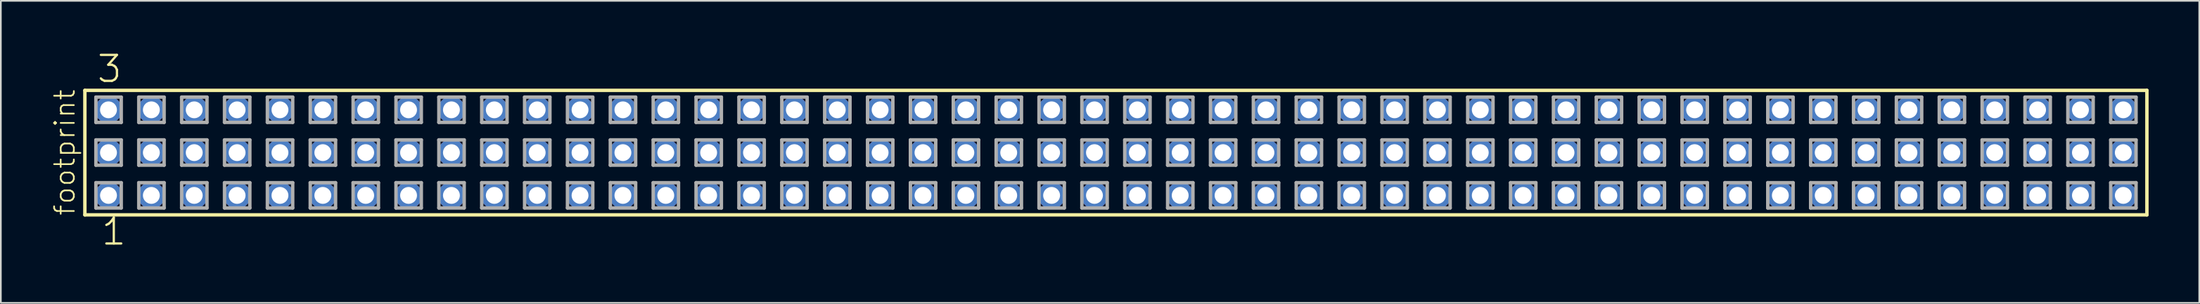
<source format=kicad_pcb>
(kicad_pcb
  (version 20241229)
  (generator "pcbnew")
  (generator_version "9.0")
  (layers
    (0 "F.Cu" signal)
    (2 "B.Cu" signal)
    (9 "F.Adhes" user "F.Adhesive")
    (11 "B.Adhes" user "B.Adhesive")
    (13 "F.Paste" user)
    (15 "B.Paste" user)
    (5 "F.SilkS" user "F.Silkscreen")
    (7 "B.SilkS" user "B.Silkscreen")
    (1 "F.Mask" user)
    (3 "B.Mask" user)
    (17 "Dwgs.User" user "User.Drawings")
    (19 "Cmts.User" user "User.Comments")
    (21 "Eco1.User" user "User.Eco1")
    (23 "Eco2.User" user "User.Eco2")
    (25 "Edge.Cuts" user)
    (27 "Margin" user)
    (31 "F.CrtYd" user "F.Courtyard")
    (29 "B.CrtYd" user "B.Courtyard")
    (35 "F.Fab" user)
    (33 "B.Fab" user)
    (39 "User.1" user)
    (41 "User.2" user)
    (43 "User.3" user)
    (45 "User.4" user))
  (footprint "footprint"
    (layer "F.Cu")
    (at 63.068 6.009)
    (property "Reference" "footprint" (at -61.595 3.81 90) (layer "F.SilkS") (effects (font (size 1.168 1.168) (thickness 0.102)) (justify left bottom)))
    (fp_line (start -61.089 -3.695) (end 61.089 -3.695) (stroke (width 0.203) (type solid)) (layer "F.SilkS"))
    (fp_line (start -61.089 3.695) (end -61.089 -3.695) (stroke (width 0.203) (type solid)) (layer "F.SilkS"))
    (fp_line (start 61.089 -3.695) (end 61.089 3.695) (stroke (width 0.203) (type solid)) (layer "F.SilkS"))
    (fp_line (start 61.089 3.695) (end -61.089 3.695) (stroke (width 0.203) (type solid)) (layer "F.SilkS"))
    (fp_line (start -60.435 -3.295) (end -58.935 -3.295) (stroke (width 0.203) (type solid)) (layer "F.Fab"))
    (fp_line (start -60.435 -1.795) (end -60.435 -3.295) (stroke (width 0.203) (type solid)) (layer "F.Fab"))
    (fp_line (start -60.435 -0.755) (end -58.935 -0.755) (stroke (width 0.203) (type solid)) (layer "F.Fab"))
    (fp_line (start -60.435 0.745) (end -60.435 -0.755) (stroke (width 0.203) (type solid)) (layer "F.Fab"))
    (fp_line (start -60.435 1.785) (end -58.935 1.785) (stroke (width 0.203) (type solid)) (layer "F.Fab"))
    (fp_line (start -60.435 3.285) (end -60.435 1.785) (stroke (width 0.203) (type solid)) (layer "F.Fab"))
    (fp_line (start -58.935 -3.295) (end -58.935 -1.795) (stroke (width 0.203) (type solid)) (layer "F.Fab"))
    (fp_line (start -58.935 -1.795) (end -60.435 -1.795) (stroke (width 0.203) (type solid)) (layer "F.Fab"))
    (fp_line (start -58.935 -0.755) (end -58.935 0.745) (stroke (width 0.203) (type solid)) (layer "F.Fab"))
    (fp_line (start -58.935 0.745) (end -60.435 0.745) (stroke (width 0.203) (type solid)) (layer "F.Fab"))
    (fp_line (start -58.935 1.785) (end -58.935 3.285) (stroke (width 0.203) (type solid)) (layer "F.Fab"))
    (fp_line (start -58.935 3.285) (end -60.435 3.285) (stroke (width 0.203) (type solid)) (layer "F.Fab"))
    (fp_line (start -57.895 -3.295) (end -56.395 -3.295) (stroke (width 0.203) (type solid)) (layer "F.Fab"))
    (fp_line (start -57.895 -1.795) (end -57.895 -3.295) (stroke (width 0.203) (type solid)) (layer "F.Fab"))
    (fp_line (start -57.895 -0.755) (end -56.395 -0.755) (stroke (width 0.203) (type solid)) (layer "F.Fab"))
    (fp_line (start -57.895 0.745) (end -57.895 -0.755) (stroke (width 0.203) (type solid)) (layer "F.Fab"))
    (fp_line (start -57.895 1.785) (end -56.395 1.785) (stroke (width 0.203) (type solid)) (layer "F.Fab"))
    (fp_line (start -57.895 3.285) (end -57.895 1.785) (stroke (width 0.203) (type solid)) (layer "F.Fab"))
    (fp_line (start -56.395 -3.295) (end -56.395 -1.795) (stroke (width 0.203) (type solid)) (layer "F.Fab"))
    (fp_line (start -56.395 -1.795) (end -57.895 -1.795) (stroke (width 0.203) (type solid)) (layer "F.Fab"))
    (fp_line (start -56.395 -0.755) (end -56.395 0.745) (stroke (width 0.203) (type solid)) (layer "F.Fab"))
    (fp_line (start -56.395 0.745) (end -57.895 0.745) (stroke (width 0.203) (type solid)) (layer "F.Fab"))
    (fp_line (start -56.395 1.785) (end -56.395 3.285) (stroke (width 0.203) (type solid)) (layer "F.Fab"))
    (fp_line (start -56.395 3.285) (end -57.895 3.285) (stroke (width 0.203) (type solid)) (layer "F.Fab"))
    (fp_line (start -55.355 -3.295) (end -53.855 -3.295) (stroke (width 0.203) (type solid)) (layer "F.Fab"))
    (fp_line (start -55.355 -1.795) (end -55.355 -3.295) (stroke (width 0.203) (type solid)) (layer "F.Fab"))
    (fp_line (start -55.355 -0.755) (end -53.855 -0.755) (stroke (width 0.203) (type solid)) (layer "F.Fab"))
    (fp_line (start -55.355 0.745) (end -55.355 -0.755) (stroke (width 0.203) (type solid)) (layer "F.Fab"))
    (fp_line (start -55.355 1.785) (end -53.855 1.785) (stroke (width 0.203) (type solid)) (layer "F.Fab"))
    (fp_line (start -55.355 3.285) (end -55.355 1.785) (stroke (width 0.203) (type solid)) (layer "F.Fab"))
    (fp_line (start -53.855 -3.295) (end -53.855 -1.795) (stroke (width 0.203) (type solid)) (layer "F.Fab"))
    (fp_line (start -53.855 -1.795) (end -55.355 -1.795) (stroke (width 0.203) (type solid)) (layer "F.Fab"))
    (fp_line (start -53.855 -0.755) (end -53.855 0.745) (stroke (width 0.203) (type solid)) (layer "F.Fab"))
    (fp_line (start -53.855 0.745) (end -55.355 0.745) (stroke (width 0.203) (type solid)) (layer "F.Fab"))
    (fp_line (start -53.855 1.785) (end -53.855 3.285) (stroke (width 0.203) (type solid)) (layer "F.Fab"))
    (fp_line (start -53.855 3.285) (end -55.355 3.285) (stroke (width 0.203) (type solid)) (layer "F.Fab"))
    (fp_line (start -52.815 -3.295) (end -51.315 -3.295) (stroke (width 0.203) (type solid)) (layer "F.Fab"))
    (fp_line (start -52.815 -1.795) (end -52.815 -3.295) (stroke (width 0.203) (type solid)) (layer "F.Fab"))
    (fp_line (start -52.815 -0.755) (end -51.315 -0.755) (stroke (width 0.203) (type solid)) (layer "F.Fab"))
    (fp_line (start -52.815 0.745) (end -52.815 -0.755) (stroke (width 0.203) (type solid)) (layer "F.Fab"))
    (fp_line (start -52.815 1.785) (end -51.315 1.785) (stroke (width 0.203) (type solid)) (layer "F.Fab"))
    (fp_line (start -52.815 3.285) (end -52.815 1.785) (stroke (width 0.203) (type solid)) (layer "F.Fab"))
    (fp_line (start -51.315 -3.295) (end -51.315 -1.795) (stroke (width 0.203) (type solid)) (layer "F.Fab"))
    (fp_line (start -51.315 -1.795) (end -52.815 -1.795) (stroke (width 0.203) (type solid)) (layer "F.Fab"))
    (fp_line (start -51.315 -0.755) (end -51.315 0.745) (stroke (width 0.203) (type solid)) (layer "F.Fab"))
    (fp_line (start -51.315 0.745) (end -52.815 0.745) (stroke (width 0.203) (type solid)) (layer "F.Fab"))
    (fp_line (start -51.315 1.785) (end -51.315 3.285) (stroke (width 0.203) (type solid)) (layer "F.Fab"))
    (fp_line (start -51.315 3.285) (end -52.815 3.285) (stroke (width 0.203) (type solid)) (layer "F.Fab"))
    (fp_line (start -50.275 -3.295) (end -48.775 -3.295) (stroke (width 0.203) (type solid)) (layer "F.Fab"))
    (fp_line (start -50.275 -1.795) (end -50.275 -3.295) (stroke (width 0.203) (type solid)) (layer "F.Fab"))
    (fp_line (start -50.275 -0.755) (end -48.775 -0.755) (stroke (width 0.203) (type solid)) (layer "F.Fab"))
    (fp_line (start -50.275 0.745) (end -50.275 -0.755) (stroke (width 0.203) (type solid)) (layer "F.Fab"))
    (fp_line (start -50.275 1.785) (end -48.775 1.785) (stroke (width 0.203) (type solid)) (layer "F.Fab"))
    (fp_line (start -50.275 3.285) (end -50.275 1.785) (stroke (width 0.203) (type solid)) (layer "F.Fab"))
    (fp_line (start -48.775 -3.295) (end -48.775 -1.795) (stroke (width 0.203) (type solid)) (layer "F.Fab"))
    (fp_line (start -48.775 -1.795) (end -50.275 -1.795) (stroke (width 0.203) (type solid)) (layer "F.Fab"))
    (fp_line (start -48.775 -0.755) (end -48.775 0.745) (stroke (width 0.203) (type solid)) (layer "F.Fab"))
    (fp_line (start -48.775 0.745) (end -50.275 0.745) (stroke (width 0.203) (type solid)) (layer "F.Fab"))
    (fp_line (start -48.775 1.785) (end -48.775 3.285) (stroke (width 0.203) (type solid)) (layer "F.Fab"))
    (fp_line (start -48.775 3.285) (end -50.275 3.285) (stroke (width 0.203) (type solid)) (layer "F.Fab"))
    (fp_line (start -47.735 -3.295) (end -46.235 -3.295) (stroke (width 0.203) (type solid)) (layer "F.Fab"))
    (fp_line (start -47.735 -1.795) (end -47.735 -3.295) (stroke (width 0.203) (type solid)) (layer "F.Fab"))
    (fp_line (start -47.735 -0.755) (end -46.235 -0.755) (stroke (width 0.203) (type solid)) (layer "F.Fab"))
    (fp_line (start -47.735 0.745) (end -47.735 -0.755) (stroke (width 0.203) (type solid)) (layer "F.Fab"))
    (fp_line (start -47.735 1.785) (end -46.235 1.785) (stroke (width 0.203) (type solid)) (layer "F.Fab"))
    (fp_line (start -47.735 3.285) (end -47.735 1.785) (stroke (width 0.203) (type solid)) (layer "F.Fab"))
    (fp_line (start -46.235 -3.295) (end -46.235 -1.795) (stroke (width 0.203) (type solid)) (layer "F.Fab"))
    (fp_line (start -46.235 -1.795) (end -47.735 -1.795) (stroke (width 0.203) (type solid)) (layer "F.Fab"))
    (fp_line (start -46.235 -0.755) (end -46.235 0.745) (stroke (width 0.203) (type solid)) (layer "F.Fab"))
    (fp_line (start -46.235 0.745) (end -47.735 0.745) (stroke (width 0.203) (type solid)) (layer "F.Fab"))
    (fp_line (start -46.235 1.785) (end -46.235 3.285) (stroke (width 0.203) (type solid)) (layer "F.Fab"))
    (fp_line (start -46.235 3.285) (end -47.735 3.285) (stroke (width 0.203) (type solid)) (layer "F.Fab"))
    (fp_line (start -45.195 -3.295) (end -43.695 -3.295) (stroke (width 0.203) (type solid)) (layer "F.Fab"))
    (fp_line (start -45.195 -1.795) (end -45.195 -3.295) (stroke (width 0.203) (type solid)) (layer "F.Fab"))
    (fp_line (start -45.195 -0.755) (end -43.695 -0.755) (stroke (width 0.203) (type solid)) (layer "F.Fab"))
    (fp_line (start -45.195 0.745) (end -45.195 -0.755) (stroke (width 0.203) (type solid)) (layer "F.Fab"))
    (fp_line (start -45.195 1.785) (end -43.695 1.785) (stroke (width 0.203) (type solid)) (layer "F.Fab"))
    (fp_line (start -45.195 3.285) (end -45.195 1.785) (stroke (width 0.203) (type solid)) (layer "F.Fab"))
    (fp_line (start -43.695 -3.295) (end -43.695 -1.795) (stroke (width 0.203) (type solid)) (layer "F.Fab"))
    (fp_line (start -43.695 -1.795) (end -45.195 -1.795) (stroke (width 0.203) (type solid)) (layer "F.Fab"))
    (fp_line (start -43.695 -0.755) (end -43.695 0.745) (stroke (width 0.203) (type solid)) (layer "F.Fab"))
    (fp_line (start -43.695 0.745) (end -45.195 0.745) (stroke (width 0.203) (type solid)) (layer "F.Fab"))
    (fp_line (start -43.695 1.785) (end -43.695 3.285) (stroke (width 0.203) (type solid)) (layer "F.Fab"))
    (fp_line (start -43.695 3.285) (end -45.195 3.285) (stroke (width 0.203) (type solid)) (layer "F.Fab"))
    (fp_line (start -42.655 -3.295) (end -41.155 -3.295) (stroke (width 0.203) (type solid)) (layer "F.Fab"))
    (fp_line (start -42.655 -1.795) (end -42.655 -3.295) (stroke (width 0.203) (type solid)) (layer "F.Fab"))
    (fp_line (start -42.655 -0.755) (end -41.155 -0.755) (stroke (width 0.203) (type solid)) (layer "F.Fab"))
    (fp_line (start -42.655 0.745) (end -42.655 -0.755) (stroke (width 0.203) (type solid)) (layer "F.Fab"))
    (fp_line (start -42.655 1.785) (end -41.155 1.785) (stroke (width 0.203) (type solid)) (layer "F.Fab"))
    (fp_line (start -42.655 3.285) (end -42.655 1.785) (stroke (width 0.203) (type solid)) (layer "F.Fab"))
    (fp_line (start -41.155 -3.295) (end -41.155 -1.795) (stroke (width 0.203) (type solid)) (layer "F.Fab"))
    (fp_line (start -41.155 -1.795) (end -42.655 -1.795) (stroke (width 0.203) (type solid)) (layer "F.Fab"))
    (fp_line (start -41.155 -0.755) (end -41.155 0.745) (stroke (width 0.203) (type solid)) (layer "F.Fab"))
    (fp_line (start -41.155 0.745) (end -42.655 0.745) (stroke (width 0.203) (type solid)) (layer "F.Fab"))
    (fp_line (start -41.155 1.785) (end -41.155 3.285) (stroke (width 0.203) (type solid)) (layer "F.Fab"))
    (fp_line (start -41.155 3.285) (end -42.655 3.285) (stroke (width 0.203) (type solid)) (layer "F.Fab"))
    (fp_line (start -40.115 -3.295) (end -38.615 -3.295) (stroke (width 0.203) (type solid)) (layer "F.Fab"))
    (fp_line (start -40.115 -1.795) (end -40.115 -3.295) (stroke (width 0.203) (type solid)) (layer "F.Fab"))
    (fp_line (start -40.115 -0.755) (end -38.615 -0.755) (stroke (width 0.203) (type solid)) (layer "F.Fab"))
    (fp_line (start -40.115 0.745) (end -40.115 -0.755) (stroke (width 0.203) (type solid)) (layer "F.Fab"))
    (fp_line (start -40.115 1.785) (end -38.615 1.785) (stroke (width 0.203) (type solid)) (layer "F.Fab"))
    (fp_line (start -40.115 3.285) (end -40.115 1.785) (stroke (width 0.203) (type solid)) (layer "F.Fab"))
    (fp_line (start -38.615 -3.295) (end -38.615 -1.795) (stroke (width 0.203) (type solid)) (layer "F.Fab"))
    (fp_line (start -38.615 -1.795) (end -40.115 -1.795) (stroke (width 0.203) (type solid)) (layer "F.Fab"))
    (fp_line (start -38.615 -0.755) (end -38.615 0.745) (stroke (width 0.203) (type solid)) (layer "F.Fab"))
    (fp_line (start -38.615 0.745) (end -40.115 0.745) (stroke (width 0.203) (type solid)) (layer "F.Fab"))
    (fp_line (start -38.615 1.785) (end -38.615 3.285) (stroke (width 0.203) (type solid)) (layer "F.Fab"))
    (fp_line (start -38.615 3.285) (end -40.115 3.285) (stroke (width 0.203) (type solid)) (layer "F.Fab"))
    (fp_line (start -37.575 -3.295) (end -36.075 -3.295) (stroke (width 0.203) (type solid)) (layer "F.Fab"))
    (fp_line (start -37.575 -1.795) (end -37.575 -3.295) (stroke (width 0.203) (type solid)) (layer "F.Fab"))
    (fp_line (start -37.575 -0.755) (end -36.075 -0.755) (stroke (width 0.203) (type solid)) (layer "F.Fab"))
    (fp_line (start -37.575 0.745) (end -37.575 -0.755) (stroke (width 0.203) (type solid)) (layer "F.Fab"))
    (fp_line (start -37.575 1.785) (end -36.075 1.785) (stroke (width 0.203) (type solid)) (layer "F.Fab"))
    (fp_line (start -37.575 3.285) (end -37.575 1.785) (stroke (width 0.203) (type solid)) (layer "F.Fab"))
    (fp_line (start -36.075 -3.295) (end -36.075 -1.795) (stroke (width 0.203) (type solid)) (layer "F.Fab"))
    (fp_line (start -36.075 -1.795) (end -37.575 -1.795) (stroke (width 0.203) (type solid)) (layer "F.Fab"))
    (fp_line (start -36.075 -0.755) (end -36.075 0.745) (stroke (width 0.203) (type solid)) (layer "F.Fab"))
    (fp_line (start -36.075 0.745) (end -37.575 0.745) (stroke (width 0.203) (type solid)) (layer "F.Fab"))
    (fp_line (start -36.075 1.785) (end -36.075 3.285) (stroke (width 0.203) (type solid)) (layer "F.Fab"))
    (fp_line (start -36.075 3.285) (end -37.575 3.285) (stroke (width 0.203) (type solid)) (layer "F.Fab"))
    (fp_line (start -35.035 -3.295) (end -33.535 -3.295) (stroke (width 0.203) (type solid)) (layer "F.Fab"))
    (fp_line (start -35.035 -1.795) (end -35.035 -3.295) (stroke (width 0.203) (type solid)) (layer "F.Fab"))
    (fp_line (start -35.035 -0.755) (end -33.535 -0.755) (stroke (width 0.203) (type solid)) (layer "F.Fab"))
    (fp_line (start -35.035 0.745) (end -35.035 -0.755) (stroke (width 0.203) (type solid)) (layer "F.Fab"))
    (fp_line (start -35.035 1.785) (end -33.535 1.785) (stroke (width 0.203) (type solid)) (layer "F.Fab"))
    (fp_line (start -35.035 3.285) (end -35.035 1.785) (stroke (width 0.203) (type solid)) (layer "F.Fab"))
    (fp_line (start -33.535 -3.295) (end -33.535 -1.795) (stroke (width 0.203) (type solid)) (layer "F.Fab"))
    (fp_line (start -33.535 -1.795) (end -35.035 -1.795) (stroke (width 0.203) (type solid)) (layer "F.Fab"))
    (fp_line (start -33.535 -0.755) (end -33.535 0.745) (stroke (width 0.203) (type solid)) (layer "F.Fab"))
    (fp_line (start -33.535 0.745) (end -35.035 0.745) (stroke (width 0.203) (type solid)) (layer "F.Fab"))
    (fp_line (start -33.535 1.785) (end -33.535 3.285) (stroke (width 0.203) (type solid)) (layer "F.Fab"))
    (fp_line (start -33.535 3.285) (end -35.035 3.285) (stroke (width 0.203) (type solid)) (layer "F.Fab"))
    (fp_line (start -32.495 -3.295) (end -30.995 -3.295) (stroke (width 0.203) (type solid)) (layer "F.Fab"))
    (fp_line (start -32.495 -1.795) (end -32.495 -3.295) (stroke (width 0.203) (type solid)) (layer "F.Fab"))
    (fp_line (start -32.495 -0.755) (end -30.995 -0.755) (stroke (width 0.203) (type solid)) (layer "F.Fab"))
    (fp_line (start -32.495 0.745) (end -32.495 -0.755) (stroke (width 0.203) (type solid)) (layer "F.Fab"))
    (fp_line (start -32.495 1.785) (end -30.995 1.785) (stroke (width 0.203) (type solid)) (layer "F.Fab"))
    (fp_line (start -32.495 3.285) (end -32.495 1.785) (stroke (width 0.203) (type solid)) (layer "F.Fab"))
    (fp_line (start -30.995 -3.295) (end -30.995 -1.795) (stroke (width 0.203) (type solid)) (layer "F.Fab"))
    (fp_line (start -30.995 -1.795) (end -32.495 -1.795) (stroke (width 0.203) (type solid)) (layer "F.Fab"))
    (fp_line (start -30.995 -0.755) (end -30.995 0.745) (stroke (width 0.203) (type solid)) (layer "F.Fab"))
    (fp_line (start -30.995 0.745) (end -32.495 0.745) (stroke (width 0.203) (type solid)) (layer "F.Fab"))
    (fp_line (start -30.995 1.785) (end -30.995 3.285) (stroke (width 0.203) (type solid)) (layer "F.Fab"))
    (fp_line (start -30.995 3.285) (end -32.495 3.285) (stroke (width 0.203) (type solid)) (layer "F.Fab"))
    (fp_line (start -29.955 -3.295) (end -28.455 -3.295) (stroke (width 0.203) (type solid)) (layer "F.Fab"))
    (fp_line (start -29.955 -1.795) (end -29.955 -3.295) (stroke (width 0.203) (type solid)) (layer "F.Fab"))
    (fp_line (start -29.955 -0.755) (end -28.455 -0.755) (stroke (width 0.203) (type solid)) (layer "F.Fab"))
    (fp_line (start -29.955 0.745) (end -29.955 -0.755) (stroke (width 0.203) (type solid)) (layer "F.Fab"))
    (fp_line (start -29.955 1.785) (end -28.455 1.785) (stroke (width 0.203) (type solid)) (layer "F.Fab"))
    (fp_line (start -29.955 3.285) (end -29.955 1.785) (stroke (width 0.203) (type solid)) (layer "F.Fab"))
    (fp_line (start -28.455 -3.295) (end -28.455 -1.795) (stroke (width 0.203) (type solid)) (layer "F.Fab"))
    (fp_line (start -28.455 -1.795) (end -29.955 -1.795) (stroke (width 0.203) (type solid)) (layer "F.Fab"))
    (fp_line (start -28.455 -0.755) (end -28.455 0.745) (stroke (width 0.203) (type solid)) (layer "F.Fab"))
    (fp_line (start -28.455 0.745) (end -29.955 0.745) (stroke (width 0.203) (type solid)) (layer "F.Fab"))
    (fp_line (start -28.455 1.785) (end -28.455 3.285) (stroke (width 0.203) (type solid)) (layer "F.Fab"))
    (fp_line (start -28.455 3.285) (end -29.955 3.285) (stroke (width 0.203) (type solid)) (layer "F.Fab"))
    (fp_line (start -27.415 -3.295) (end -25.915 -3.295) (stroke (width 0.203) (type solid)) (layer "F.Fab"))
    (fp_line (start -27.415 -1.795) (end -27.415 -3.295) (stroke (width 0.203) (type solid)) (layer "F.Fab"))
    (fp_line (start -27.415 -0.755) (end -25.915 -0.755) (stroke (width 0.203) (type solid)) (layer "F.Fab"))
    (fp_line (start -27.415 0.745) (end -27.415 -0.755) (stroke (width 0.203) (type solid)) (layer "F.Fab"))
    (fp_line (start -27.415 1.785) (end -25.915 1.785) (stroke (width 0.203) (type solid)) (layer "F.Fab"))
    (fp_line (start -27.415 3.285) (end -27.415 1.785) (stroke (width 0.203) (type solid)) (layer "F.Fab"))
    (fp_line (start -25.915 -3.295) (end -25.915 -1.795) (stroke (width 0.203) (type solid)) (layer "F.Fab"))
    (fp_line (start -25.915 -1.795) (end -27.415 -1.795) (stroke (width 0.203) (type solid)) (layer "F.Fab"))
    (fp_line (start -25.915 -0.755) (end -25.915 0.745) (stroke (width 0.203) (type solid)) (layer "F.Fab"))
    (fp_line (start -25.915 0.745) (end -27.415 0.745) (stroke (width 0.203) (type solid)) (layer "F.Fab"))
    (fp_line (start -25.915 1.785) (end -25.915 3.285) (stroke (width 0.203) (type solid)) (layer "F.Fab"))
    (fp_line (start -25.915 3.285) (end -27.415 3.285) (stroke (width 0.203) (type solid)) (layer "F.Fab"))
    (fp_line (start -24.875 -3.295) (end -23.375 -3.295) (stroke (width 0.203) (type solid)) (layer "F.Fab"))
    (fp_line (start -24.875 -1.795) (end -24.875 -3.295) (stroke (width 0.203) (type solid)) (layer "F.Fab"))
    (fp_line (start -24.875 -0.755) (end -23.375 -0.755) (stroke (width 0.203) (type solid)) (layer "F.Fab"))
    (fp_line (start -24.875 0.745) (end -24.875 -0.755) (stroke (width 0.203) (type solid)) (layer "F.Fab"))
    (fp_line (start -24.875 1.785) (end -23.375 1.785) (stroke (width 0.203) (type solid)) (layer "F.Fab"))
    (fp_line (start -24.875 3.285) (end -24.875 1.785) (stroke (width 0.203) (type solid)) (layer "F.Fab"))
    (fp_line (start -23.375 -3.295) (end -23.375 -1.795) (stroke (width 0.203) (type solid)) (layer "F.Fab"))
    (fp_line (start -23.375 -1.795) (end -24.875 -1.795) (stroke (width 0.203) (type solid)) (layer "F.Fab"))
    (fp_line (start -23.375 -0.755) (end -23.375 0.745) (stroke (width 0.203) (type solid)) (layer "F.Fab"))
    (fp_line (start -23.375 0.745) (end -24.875 0.745) (stroke (width 0.203) (type solid)) (layer "F.Fab"))
    (fp_line (start -23.375 1.785) (end -23.375 3.285) (stroke (width 0.203) (type solid)) (layer "F.Fab"))
    (fp_line (start -23.375 3.285) (end -24.875 3.285) (stroke (width 0.203) (type solid)) (layer "F.Fab"))
    (fp_line (start -22.335 -3.295) (end -20.835 -3.295) (stroke (width 0.203) (type solid)) (layer "F.Fab"))
    (fp_line (start -22.335 -1.795) (end -22.335 -3.295) (stroke (width 0.203) (type solid)) (layer "F.Fab"))
    (fp_line (start -22.335 -0.755) (end -20.835 -0.755) (stroke (width 0.203) (type solid)) (layer "F.Fab"))
    (fp_line (start -22.335 0.745) (end -22.335 -0.755) (stroke (width 0.203) (type solid)) (layer "F.Fab"))
    (fp_line (start -22.335 1.785) (end -20.835 1.785) (stroke (width 0.203) (type solid)) (layer "F.Fab"))
    (fp_line (start -22.335 3.285) (end -22.335 1.785) (stroke (width 0.203) (type solid)) (layer "F.Fab"))
    (fp_line (start -20.835 -3.295) (end -20.835 -1.795) (stroke (width 0.203) (type solid)) (layer "F.Fab"))
    (fp_line (start -20.835 -1.795) (end -22.335 -1.795) (stroke (width 0.203) (type solid)) (layer "F.Fab"))
    (fp_line (start -20.835 -0.755) (end -20.835 0.745) (stroke (width 0.203) (type solid)) (layer "F.Fab"))
    (fp_line (start -20.835 0.745) (end -22.335 0.745) (stroke (width 0.203) (type solid)) (layer "F.Fab"))
    (fp_line (start -20.835 1.785) (end -20.835 3.285) (stroke (width 0.203) (type solid)) (layer "F.Fab"))
    (fp_line (start -20.835 3.285) (end -22.335 3.285) (stroke (width 0.203) (type solid)) (layer "F.Fab"))
    (fp_line (start -19.795 -3.295) (end -18.295 -3.295) (stroke (width 0.203) (type solid)) (layer "F.Fab"))
    (fp_line (start -19.795 -1.795) (end -19.795 -3.295) (stroke (width 0.203) (type solid)) (layer "F.Fab"))
    (fp_line (start -19.795 -0.755) (end -18.295 -0.755) (stroke (width 0.203) (type solid)) (layer "F.Fab"))
    (fp_line (start -19.795 0.745) (end -19.795 -0.755) (stroke (width 0.203) (type solid)) (layer "F.Fab"))
    (fp_line (start -19.795 1.785) (end -18.295 1.785) (stroke (width 0.203) (type solid)) (layer "F.Fab"))
    (fp_line (start -19.795 3.285) (end -19.795 1.785) (stroke (width 0.203) (type solid)) (layer "F.Fab"))
    (fp_line (start -18.295 -3.295) (end -18.295 -1.795) (stroke (width 0.203) (type solid)) (layer "F.Fab"))
    (fp_line (start -18.295 -1.795) (end -19.795 -1.795) (stroke (width 0.203) (type solid)) (layer "F.Fab"))
    (fp_line (start -18.295 -0.755) (end -18.295 0.745) (stroke (width 0.203) (type solid)) (layer "F.Fab"))
    (fp_line (start -18.295 0.745) (end -19.795 0.745) (stroke (width 0.203) (type solid)) (layer "F.Fab"))
    (fp_line (start -18.295 1.785) (end -18.295 3.285) (stroke (width 0.203) (type solid)) (layer "F.Fab"))
    (fp_line (start -18.295 3.285) (end -19.795 3.285) (stroke (width 0.203) (type solid)) (layer "F.Fab"))
    (fp_line (start -17.255 -3.295) (end -15.755 -3.295) (stroke (width 0.203) (type solid)) (layer "F.Fab"))
    (fp_line (start -17.255 -1.795) (end -17.255 -3.295) (stroke (width 0.203) (type solid)) (layer "F.Fab"))
    (fp_line (start -17.255 -0.755) (end -15.755 -0.755) (stroke (width 0.203) (type solid)) (layer "F.Fab"))
    (fp_line (start -17.255 0.745) (end -17.255 -0.755) (stroke (width 0.203) (type solid)) (layer "F.Fab"))
    (fp_line (start -17.255 1.785) (end -15.755 1.785) (stroke (width 0.203) (type solid)) (layer "F.Fab"))
    (fp_line (start -17.255 3.285) (end -17.255 1.785) (stroke (width 0.203) (type solid)) (layer "F.Fab"))
    (fp_line (start -15.755 -3.295) (end -15.755 -1.795) (stroke (width 0.203) (type solid)) (layer "F.Fab"))
    (fp_line (start -15.755 -1.795) (end -17.255 -1.795) (stroke (width 0.203) (type solid)) (layer "F.Fab"))
    (fp_line (start -15.755 -0.755) (end -15.755 0.745) (stroke (width 0.203) (type solid)) (layer "F.Fab"))
    (fp_line (start -15.755 0.745) (end -17.255 0.745) (stroke (width 0.203) (type solid)) (layer "F.Fab"))
    (fp_line (start -15.755 1.785) (end -15.755 3.285) (stroke (width 0.203) (type solid)) (layer "F.Fab"))
    (fp_line (start -15.755 3.285) (end -17.255 3.285) (stroke (width 0.203) (type solid)) (layer "F.Fab"))
    (fp_line (start -14.715 -3.295) (end -13.215 -3.295) (stroke (width 0.203) (type solid)) (layer "F.Fab"))
    (fp_line (start -14.715 -1.795) (end -14.715 -3.295) (stroke (width 0.203) (type solid)) (layer "F.Fab"))
    (fp_line (start -14.715 -0.755) (end -13.215 -0.755) (stroke (width 0.203) (type solid)) (layer "F.Fab"))
    (fp_line (start -14.715 0.745) (end -14.715 -0.755) (stroke (width 0.203) (type solid)) (layer "F.Fab"))
    (fp_line (start -14.715 1.785) (end -13.215 1.785) (stroke (width 0.203) (type solid)) (layer "F.Fab"))
    (fp_line (start -14.715 3.285) (end -14.715 1.785) (stroke (width 0.203) (type solid)) (layer "F.Fab"))
    (fp_line (start -13.215 -3.295) (end -13.215 -1.795) (stroke (width 0.203) (type solid)) (layer "F.Fab"))
    (fp_line (start -13.215 -1.795) (end -14.715 -1.795) (stroke (width 0.203) (type solid)) (layer "F.Fab"))
    (fp_line (start -13.215 -0.755) (end -13.215 0.745) (stroke (width 0.203) (type solid)) (layer "F.Fab"))
    (fp_line (start -13.215 0.745) (end -14.715 0.745) (stroke (width 0.203) (type solid)) (layer "F.Fab"))
    (fp_line (start -13.215 1.785) (end -13.215 3.285) (stroke (width 0.203) (type solid)) (layer "F.Fab"))
    (fp_line (start -13.215 3.285) (end -14.715 3.285) (stroke (width 0.203) (type solid)) (layer "F.Fab"))
    (fp_line (start -12.175 -3.295) (end -10.675 -3.295) (stroke (width 0.203) (type solid)) (layer "F.Fab"))
    (fp_line (start -12.175 -1.795) (end -12.175 -3.295) (stroke (width 0.203) (type solid)) (layer "F.Fab"))
    (fp_line (start -12.175 -0.755) (end -10.675 -0.755) (stroke (width 0.203) (type solid)) (layer "F.Fab"))
    (fp_line (start -12.175 0.745) (end -12.175 -0.755) (stroke (width 0.203) (type solid)) (layer "F.Fab"))
    (fp_line (start -12.175 1.785) (end -10.675 1.785) (stroke (width 0.203) (type solid)) (layer "F.Fab"))
    (fp_line (start -12.175 3.285) (end -12.175 1.785) (stroke (width 0.203) (type solid)) (layer "F.Fab"))
    (fp_line (start -10.675 -3.295) (end -10.675 -1.795) (stroke (width 0.203) (type solid)) (layer "F.Fab"))
    (fp_line (start -10.675 -1.795) (end -12.175 -1.795) (stroke (width 0.203) (type solid)) (layer "F.Fab"))
    (fp_line (start -10.675 -0.755) (end -10.675 0.745) (stroke (width 0.203) (type solid)) (layer "F.Fab"))
    (fp_line (start -10.675 0.745) (end -12.175 0.745) (stroke (width 0.203) (type solid)) (layer "F.Fab"))
    (fp_line (start -10.675 1.785) (end -10.675 3.285) (stroke (width 0.203) (type solid)) (layer "F.Fab"))
    (fp_line (start -10.675 3.285) (end -12.175 3.285) (stroke (width 0.203) (type solid)) (layer "F.Fab"))
    (fp_line (start -9.635 -3.295) (end -8.135 -3.295) (stroke (width 0.203) (type solid)) (layer "F.Fab"))
    (fp_line (start -9.635 -1.795) (end -9.635 -3.295) (stroke (width 0.203) (type solid)) (layer "F.Fab"))
    (fp_line (start -9.635 -0.755) (end -8.135 -0.755) (stroke (width 0.203) (type solid)) (layer "F.Fab"))
    (fp_line (start -9.635 0.745) (end -9.635 -0.755) (stroke (width 0.203) (type solid)) (layer "F.Fab"))
    (fp_line (start -9.635 1.785) (end -8.135 1.785) (stroke (width 0.203) (type solid)) (layer "F.Fab"))
    (fp_line (start -9.635 3.285) (end -9.635 1.785) (stroke (width 0.203) (type solid)) (layer "F.Fab"))
    (fp_line (start -8.135 -3.295) (end -8.135 -1.795) (stroke (width 0.203) (type solid)) (layer "F.Fab"))
    (fp_line (start -8.135 -1.795) (end -9.635 -1.795) (stroke (width 0.203) (type solid)) (layer "F.Fab"))
    (fp_line (start -8.135 -0.755) (end -8.135 0.745) (stroke (width 0.203) (type solid)) (layer "F.Fab"))
    (fp_line (start -8.135 0.745) (end -9.635 0.745) (stroke (width 0.203) (type solid)) (layer "F.Fab"))
    (fp_line (start -8.135 1.785) (end -8.135 3.285) (stroke (width 0.203) (type solid)) (layer "F.Fab"))
    (fp_line (start -8.135 3.285) (end -9.635 3.285) (stroke (width 0.203) (type solid)) (layer "F.Fab"))
    (fp_line (start -7.095 -3.295) (end -5.595 -3.295) (stroke (width 0.203) (type solid)) (layer "F.Fab"))
    (fp_line (start -7.095 -1.795) (end -7.095 -3.295) (stroke (width 0.203) (type solid)) (layer "F.Fab"))
    (fp_line (start -7.095 -0.755) (end -5.595 -0.755) (stroke (width 0.203) (type solid)) (layer "F.Fab"))
    (fp_line (start -7.095 0.745) (end -7.095 -0.755) (stroke (width 0.203) (type solid)) (layer "F.Fab"))
    (fp_line (start -7.095 1.785) (end -5.595 1.785) (stroke (width 0.203) (type solid)) (layer "F.Fab"))
    (fp_line (start -7.095 3.285) (end -7.095 1.785) (stroke (width 0.203) (type solid)) (layer "F.Fab"))
    (fp_line (start -5.595 -3.295) (end -5.595 -1.795) (stroke (width 0.203) (type solid)) (layer "F.Fab"))
    (fp_line (start -5.595 -1.795) (end -7.095 -1.795) (stroke (width 0.203) (type solid)) (layer "F.Fab"))
    (fp_line (start -5.595 -0.755) (end -5.595 0.745) (stroke (width 0.203) (type solid)) (layer "F.Fab"))
    (fp_line (start -5.595 0.745) (end -7.095 0.745) (stroke (width 0.203) (type solid)) (layer "F.Fab"))
    (fp_line (start -5.595 1.785) (end -5.595 3.285) (stroke (width 0.203) (type solid)) (layer "F.Fab"))
    (fp_line (start -5.595 3.285) (end -7.095 3.285) (stroke (width 0.203) (type solid)) (layer "F.Fab"))
    (fp_line (start -4.555 -3.295) (end -3.055 -3.295) (stroke (width 0.203) (type solid)) (layer "F.Fab"))
    (fp_line (start -4.555 -1.795) (end -4.555 -3.295) (stroke (width 0.203) (type solid)) (layer "F.Fab"))
    (fp_line (start -4.555 -0.755) (end -3.055 -0.755) (stroke (width 0.203) (type solid)) (layer "F.Fab"))
    (fp_line (start -4.555 0.745) (end -4.555 -0.755) (stroke (width 0.203) (type solid)) (layer "F.Fab"))
    (fp_line (start -4.555 1.785) (end -3.055 1.785) (stroke (width 0.203) (type solid)) (layer "F.Fab"))
    (fp_line (start -4.555 3.285) (end -4.555 1.785) (stroke (width 0.203) (type solid)) (layer "F.Fab"))
    (fp_line (start -3.055 -3.295) (end -3.055 -1.795) (stroke (width 0.203) (type solid)) (layer "F.Fab"))
    (fp_line (start -3.055 -1.795) (end -4.555 -1.795) (stroke (width 0.203) (type solid)) (layer "F.Fab"))
    (fp_line (start -3.055 -0.755) (end -3.055 0.745) (stroke (width 0.203) (type solid)) (layer "F.Fab"))
    (fp_line (start -3.055 0.745) (end -4.555 0.745) (stroke (width 0.203) (type solid)) (layer "F.Fab"))
    (fp_line (start -3.055 1.785) (end -3.055 3.285) (stroke (width 0.203) (type solid)) (layer "F.Fab"))
    (fp_line (start -3.055 3.285) (end -4.555 3.285) (stroke (width 0.203) (type solid)) (layer "F.Fab"))
    (fp_line (start -2.015 -3.295) (end -0.515 -3.295) (stroke (width 0.203) (type solid)) (layer "F.Fab"))
    (fp_line (start -2.015 -1.795) (end -2.015 -3.295) (stroke (width 0.203) (type solid)) (layer "F.Fab"))
    (fp_line (start -2.015 -0.755) (end -0.515 -0.755) (stroke (width 0.203) (type solid)) (layer "F.Fab"))
    (fp_line (start -2.015 0.745) (end -2.015 -0.755) (stroke (width 0.203) (type solid)) (layer "F.Fab"))
    (fp_line (start -2.015 1.785) (end -0.515 1.785) (stroke (width 0.203) (type solid)) (layer "F.Fab"))
    (fp_line (start -2.015 3.285) (end -2.015 1.785) (stroke (width 0.203) (type solid)) (layer "F.Fab"))
    (fp_line (start -0.515 -3.295) (end -0.515 -1.795) (stroke (width 0.203) (type solid)) (layer "F.Fab"))
    (fp_line (start -0.515 -1.795) (end -2.015 -1.795) (stroke (width 0.203) (type solid)) (layer "F.Fab"))
    (fp_line (start -0.515 -0.755) (end -0.515 0.745) (stroke (width 0.203) (type solid)) (layer "F.Fab"))
    (fp_line (start -0.515 0.745) (end -2.015 0.745) (stroke (width 0.203) (type solid)) (layer "F.Fab"))
    (fp_line (start -0.515 1.785) (end -0.515 3.285) (stroke (width 0.203) (type solid)) (layer "F.Fab"))
    (fp_line (start -0.515 3.285) (end -2.015 3.285) (stroke (width 0.203) (type solid)) (layer "F.Fab"))
    (fp_line (start 0.525 -3.295) (end 2.025 -3.295) (stroke (width 0.203) (type solid)) (layer "F.Fab"))
    (fp_line (start 0.525 -1.795) (end 0.525 -3.295) (stroke (width 0.203) (type solid)) (layer "F.Fab"))
    (fp_line (start 0.525 -0.755) (end 2.025 -0.755) (stroke (width 0.203) (type solid)) (layer "F.Fab"))
    (fp_line (start 0.525 0.745) (end 0.525 -0.755) (stroke (width 0.203) (type solid)) (layer "F.Fab"))
    (fp_line (start 0.525 1.785) (end 2.025 1.785) (stroke (width 0.203) (type solid)) (layer "F.Fab"))
    (fp_line (start 0.525 3.285) (end 0.525 1.785) (stroke (width 0.203) (type solid)) (layer "F.Fab"))
    (fp_line (start 2.025 -3.295) (end 2.025 -1.795) (stroke (width 0.203) (type solid)) (layer "F.Fab"))
    (fp_line (start 2.025 -1.795) (end 0.525 -1.795) (stroke (width 0.203) (type solid)) (layer "F.Fab"))
    (fp_line (start 2.025 -0.755) (end 2.025 0.745) (stroke (width 0.203) (type solid)) (layer "F.Fab"))
    (fp_line (start 2.025 0.745) (end 0.525 0.745) (stroke (width 0.203) (type solid)) (layer "F.Fab"))
    (fp_line (start 2.025 1.785) (end 2.025 3.285) (stroke (width 0.203) (type solid)) (layer "F.Fab"))
    (fp_line (start 2.025 3.285) (end 0.525 3.285) (stroke (width 0.203) (type solid)) (layer "F.Fab"))
    (fp_line (start 3.065 -3.295) (end 4.565 -3.295) (stroke (width 0.203) (type solid)) (layer "F.Fab"))
    (fp_line (start 3.065 -1.795) (end 3.065 -3.295) (stroke (width 0.203) (type solid)) (layer "F.Fab"))
    (fp_line (start 3.065 -0.755) (end 4.565 -0.755) (stroke (width 0.203) (type solid)) (layer "F.Fab"))
    (fp_line (start 3.065 0.745) (end 3.065 -0.755) (stroke (width 0.203) (type solid)) (layer "F.Fab"))
    (fp_line (start 3.065 1.785) (end 4.565 1.785) (stroke (width 0.203) (type solid)) (layer "F.Fab"))
    (fp_line (start 3.065 3.285) (end 3.065 1.785) (stroke (width 0.203) (type solid)) (layer "F.Fab"))
    (fp_line (start 4.565 -3.295) (end 4.565 -1.795) (stroke (width 0.203) (type solid)) (layer "F.Fab"))
    (fp_line (start 4.565 -1.795) (end 3.065 -1.795) (stroke (width 0.203) (type solid)) (layer "F.Fab"))
    (fp_line (start 4.565 -0.755) (end 4.565 0.745) (stroke (width 0.203) (type solid)) (layer "F.Fab"))
    (fp_line (start 4.565 0.745) (end 3.065 0.745) (stroke (width 0.203) (type solid)) (layer "F.Fab"))
    (fp_line (start 4.565 1.785) (end 4.565 3.285) (stroke (width 0.203) (type solid)) (layer "F.Fab"))
    (fp_line (start 4.565 3.285) (end 3.065 3.285) (stroke (width 0.203) (type solid)) (layer "F.Fab"))
    (fp_line (start 5.605 -3.295) (end 7.105 -3.295) (stroke (width 0.203) (type solid)) (layer "F.Fab"))
    (fp_line (start 5.605 -1.795) (end 5.605 -3.295) (stroke (width 0.203) (type solid)) (layer "F.Fab"))
    (fp_line (start 5.605 -0.755) (end 7.105 -0.755) (stroke (width 0.203) (type solid)) (layer "F.Fab"))
    (fp_line (start 5.605 0.745) (end 5.605 -0.755) (stroke (width 0.203) (type solid)) (layer "F.Fab"))
    (fp_line (start 5.605 1.785) (end 7.105 1.785) (stroke (width 0.203) (type solid)) (layer "F.Fab"))
    (fp_line (start 5.605 3.285) (end 5.605 1.785) (stroke (width 0.203) (type solid)) (layer "F.Fab"))
    (fp_line (start 7.105 -3.295) (end 7.105 -1.795) (stroke (width 0.203) (type solid)) (layer "F.Fab"))
    (fp_line (start 7.105 -1.795) (end 5.605 -1.795) (stroke (width 0.203) (type solid)) (layer "F.Fab"))
    (fp_line (start 7.105 -0.755) (end 7.105 0.745) (stroke (width 0.203) (type solid)) (layer "F.Fab"))
    (fp_line (start 7.105 0.745) (end 5.605 0.745) (stroke (width 0.203) (type solid)) (layer "F.Fab"))
    (fp_line (start 7.105 1.785) (end 7.105 3.285) (stroke (width 0.203) (type solid)) (layer "F.Fab"))
    (fp_line (start 7.105 3.285) (end 5.605 3.285) (stroke (width 0.203) (type solid)) (layer "F.Fab"))
    (fp_line (start 8.145 -3.295) (end 9.645 -3.295) (stroke (width 0.203) (type solid)) (layer "F.Fab"))
    (fp_line (start 8.145 -1.795) (end 8.145 -3.295) (stroke (width 0.203) (type solid)) (layer "F.Fab"))
    (fp_line (start 8.145 -0.755) (end 9.645 -0.755) (stroke (width 0.203) (type solid)) (layer "F.Fab"))
    (fp_line (start 8.145 0.745) (end 8.145 -0.755) (stroke (width 0.203) (type solid)) (layer "F.Fab"))
    (fp_line (start 8.145 1.785) (end 9.645 1.785) (stroke (width 0.203) (type solid)) (layer "F.Fab"))
    (fp_line (start 8.145 3.285) (end 8.145 1.785) (stroke (width 0.203) (type solid)) (layer "F.Fab"))
    (fp_line (start 9.645 -3.295) (end 9.645 -1.795) (stroke (width 0.203) (type solid)) (layer "F.Fab"))
    (fp_line (start 9.645 -1.795) (end 8.145 -1.795) (stroke (width 0.203) (type solid)) (layer "F.Fab"))
    (fp_line (start 9.645 -0.755) (end 9.645 0.745) (stroke (width 0.203) (type solid)) (layer "F.Fab"))
    (fp_line (start 9.645 0.745) (end 8.145 0.745) (stroke (width 0.203) (type solid)) (layer "F.Fab"))
    (fp_line (start 9.645 1.785) (end 9.645 3.285) (stroke (width 0.203) (type solid)) (layer "F.Fab"))
    (fp_line (start 9.645 3.285) (end 8.145 3.285) (stroke (width 0.203) (type solid)) (layer "F.Fab"))
    (fp_line (start 10.685 -3.295) (end 12.185 -3.295) (stroke (width 0.203) (type solid)) (layer "F.Fab"))
    (fp_line (start 10.685 -1.795) (end 10.685 -3.295) (stroke (width 0.203) (type solid)) (layer "F.Fab"))
    (fp_line (start 10.685 -0.755) (end 12.185 -0.755) (stroke (width 0.203) (type solid)) (layer "F.Fab"))
    (fp_line (start 10.685 0.745) (end 10.685 -0.755) (stroke (width 0.203) (type solid)) (layer "F.Fab"))
    (fp_line (start 10.685 1.785) (end 12.185 1.785) (stroke (width 0.203) (type solid)) (layer "F.Fab"))
    (fp_line (start 10.685 3.285) (end 10.685 1.785) (stroke (width 0.203) (type solid)) (layer "F.Fab"))
    (fp_line (start 12.185 -3.295) (end 12.185 -1.795) (stroke (width 0.203) (type solid)) (layer "F.Fab"))
    (fp_line (start 12.185 -1.795) (end 10.685 -1.795) (stroke (width 0.203) (type solid)) (layer "F.Fab"))
    (fp_line (start 12.185 -0.755) (end 12.185 0.745) (stroke (width 0.203) (type solid)) (layer "F.Fab"))
    (fp_line (start 12.185 0.745) (end 10.685 0.745) (stroke (width 0.203) (type solid)) (layer "F.Fab"))
    (fp_line (start 12.185 1.785) (end 12.185 3.285) (stroke (width 0.203) (type solid)) (layer "F.Fab"))
    (fp_line (start 12.185 3.285) (end 10.685 3.285) (stroke (width 0.203) (type solid)) (layer "F.Fab"))
    (fp_line (start 13.225 -3.295) (end 14.725 -3.295) (stroke (width 0.203) (type solid)) (layer "F.Fab"))
    (fp_line (start 13.225 -1.795) (end 13.225 -3.295) (stroke (width 0.203) (type solid)) (layer "F.Fab"))
    (fp_line (start 13.225 -0.755) (end 14.725 -0.755) (stroke (width 0.203) (type solid)) (layer "F.Fab"))
    (fp_line (start 13.225 0.745) (end 13.225 -0.755) (stroke (width 0.203) (type solid)) (layer "F.Fab"))
    (fp_line (start 13.225 1.785) (end 14.725 1.785) (stroke (width 0.203) (type solid)) (layer "F.Fab"))
    (fp_line (start 13.225 3.285) (end 13.225 1.785) (stroke (width 0.203) (type solid)) (layer "F.Fab"))
    (fp_line (start 14.725 -3.295) (end 14.725 -1.795) (stroke (width 0.203) (type solid)) (layer "F.Fab"))
    (fp_line (start 14.725 -1.795) (end 13.225 -1.795) (stroke (width 0.203) (type solid)) (layer "F.Fab"))
    (fp_line (start 14.725 -0.755) (end 14.725 0.745) (stroke (width 0.203) (type solid)) (layer "F.Fab"))
    (fp_line (start 14.725 0.745) (end 13.225 0.745) (stroke (width 0.203) (type solid)) (layer "F.Fab"))
    (fp_line (start 14.725 1.785) (end 14.725 3.285) (stroke (width 0.203) (type solid)) (layer "F.Fab"))
    (fp_line (start 14.725 3.285) (end 13.225 3.285) (stroke (width 0.203) (type solid)) (layer "F.Fab"))
    (fp_line (start 15.765 -3.295) (end 17.265 -3.295) (stroke (width 0.203) (type solid)) (layer "F.Fab"))
    (fp_line (start 15.765 -1.795) (end 15.765 -3.295) (stroke (width 0.203) (type solid)) (layer "F.Fab"))
    (fp_line (start 15.765 -0.755) (end 17.265 -0.755) (stroke (width 0.203) (type solid)) (layer "F.Fab"))
    (fp_line (start 15.765 0.745) (end 15.765 -0.755) (stroke (width 0.203) (type solid)) (layer "F.Fab"))
    (fp_line (start 15.765 1.785) (end 17.265 1.785) (stroke (width 0.203) (type solid)) (layer "F.Fab"))
    (fp_line (start 15.765 3.285) (end 15.765 1.785) (stroke (width 0.203) (type solid)) (layer "F.Fab"))
    (fp_line (start 17.265 -3.295) (end 17.265 -1.795) (stroke (width 0.203) (type solid)) (layer "F.Fab"))
    (fp_line (start 17.265 -1.795) (end 15.765 -1.795) (stroke (width 0.203) (type solid)) (layer "F.Fab"))
    (fp_line (start 17.265 -0.755) (end 17.265 0.745) (stroke (width 0.203) (type solid)) (layer "F.Fab"))
    (fp_line (start 17.265 0.745) (end 15.765 0.745) (stroke (width 0.203) (type solid)) (layer "F.Fab"))
    (fp_line (start 17.265 1.785) (end 17.265 3.285) (stroke (width 0.203) (type solid)) (layer "F.Fab"))
    (fp_line (start 17.265 3.285) (end 15.765 3.285) (stroke (width 0.203) (type solid)) (layer "F.Fab"))
    (fp_line (start 18.305 -3.295) (end 19.805 -3.295) (stroke (width 0.203) (type solid)) (layer "F.Fab"))
    (fp_line (start 18.305 -1.795) (end 18.305 -3.295) (stroke (width 0.203) (type solid)) (layer "F.Fab"))
    (fp_line (start 18.305 -0.755) (end 19.805 -0.755) (stroke (width 0.203) (type solid)) (layer "F.Fab"))
    (fp_line (start 18.305 0.745) (end 18.305 -0.755) (stroke (width 0.203) (type solid)) (layer "F.Fab"))
    (fp_line (start 18.305 1.785) (end 19.805 1.785) (stroke (width 0.203) (type solid)) (layer "F.Fab"))
    (fp_line (start 18.305 3.285) (end 18.305 1.785) (stroke (width 0.203) (type solid)) (layer "F.Fab"))
    (fp_line (start 19.805 -3.295) (end 19.805 -1.795) (stroke (width 0.203) (type solid)) (layer "F.Fab"))
    (fp_line (start 19.805 -1.795) (end 18.305 -1.795) (stroke (width 0.203) (type solid)) (layer "F.Fab"))
    (fp_line (start 19.805 -0.755) (end 19.805 0.745) (stroke (width 0.203) (type solid)) (layer "F.Fab"))
    (fp_line (start 19.805 0.745) (end 18.305 0.745) (stroke (width 0.203) (type solid)) (layer "F.Fab"))
    (fp_line (start 19.805 1.785) (end 19.805 3.285) (stroke (width 0.203) (type solid)) (layer "F.Fab"))
    (fp_line (start 19.805 3.285) (end 18.305 3.285) (stroke (width 0.203) (type solid)) (layer "F.Fab"))
    (fp_line (start 20.845 -3.295) (end 22.345 -3.295) (stroke (width 0.203) (type solid)) (layer "F.Fab"))
    (fp_line (start 20.845 -1.795) (end 20.845 -3.295) (stroke (width 0.203) (type solid)) (layer "F.Fab"))
    (fp_line (start 20.845 -0.755) (end 22.345 -0.755) (stroke (width 0.203) (type solid)) (layer "F.Fab"))
    (fp_line (start 20.845 0.745) (end 20.845 -0.755) (stroke (width 0.203) (type solid)) (layer "F.Fab"))
    (fp_line (start 20.845 1.785) (end 22.345 1.785) (stroke (width 0.203) (type solid)) (layer "F.Fab"))
    (fp_line (start 20.845 3.285) (end 20.845 1.785) (stroke (width 0.203) (type solid)) (layer "F.Fab"))
    (fp_line (start 22.345 -3.295) (end 22.345 -1.795) (stroke (width 0.203) (type solid)) (layer "F.Fab"))
    (fp_line (start 22.345 -1.795) (end 20.845 -1.795) (stroke (width 0.203) (type solid)) (layer "F.Fab"))
    (fp_line (start 22.345 -0.755) (end 22.345 0.745) (stroke (width 0.203) (type solid)) (layer "F.Fab"))
    (fp_line (start 22.345 0.745) (end 20.845 0.745) (stroke (width 0.203) (type solid)) (layer "F.Fab"))
    (fp_line (start 22.345 1.785) (end 22.345 3.285) (stroke (width 0.203) (type solid)) (layer "F.Fab"))
    (fp_line (start 22.345 3.285) (end 20.845 3.285) (stroke (width 0.203) (type solid)) (layer "F.Fab"))
    (fp_line (start 23.385 -3.295) (end 24.885 -3.295) (stroke (width 0.203) (type solid)) (layer "F.Fab"))
    (fp_line (start 23.385 -1.795) (end 23.385 -3.295) (stroke (width 0.203) (type solid)) (layer "F.Fab"))
    (fp_line (start 23.385 -0.755) (end 24.885 -0.755) (stroke (width 0.203) (type solid)) (layer "F.Fab"))
    (fp_line (start 23.385 0.745) (end 23.385 -0.755) (stroke (width 0.203) (type solid)) (layer "F.Fab"))
    (fp_line (start 23.385 1.785) (end 24.885 1.785) (stroke (width 0.203) (type solid)) (layer "F.Fab"))
    (fp_line (start 23.385 3.285) (end 23.385 1.785) (stroke (width 0.203) (type solid)) (layer "F.Fab"))
    (fp_line (start 24.885 -3.295) (end 24.885 -1.795) (stroke (width 0.203) (type solid)) (layer "F.Fab"))
    (fp_line (start 24.885 -1.795) (end 23.385 -1.795) (stroke (width 0.203) (type solid)) (layer "F.Fab"))
    (fp_line (start 24.885 -0.755) (end 24.885 0.745) (stroke (width 0.203) (type solid)) (layer "F.Fab"))
    (fp_line (start 24.885 0.745) (end 23.385 0.745) (stroke (width 0.203) (type solid)) (layer "F.Fab"))
    (fp_line (start 24.885 1.785) (end 24.885 3.285) (stroke (width 0.203) (type solid)) (layer "F.Fab"))
    (fp_line (start 24.885 3.285) (end 23.385 3.285) (stroke (width 0.203) (type solid)) (layer "F.Fab"))
    (fp_line (start 25.925 -3.295) (end 27.425 -3.295) (stroke (width 0.203) (type solid)) (layer "F.Fab"))
    (fp_line (start 25.925 -1.795) (end 25.925 -3.295) (stroke (width 0.203) (type solid)) (layer "F.Fab"))
    (fp_line (start 25.925 -0.755) (end 27.425 -0.755) (stroke (width 0.203) (type solid)) (layer "F.Fab"))
    (fp_line (start 25.925 0.745) (end 25.925 -0.755) (stroke (width 0.203) (type solid)) (layer "F.Fab"))
    (fp_line (start 25.925 1.785) (end 27.425 1.785) (stroke (width 0.203) (type solid)) (layer "F.Fab"))
    (fp_line (start 25.925 3.285) (end 25.925 1.785) (stroke (width 0.203) (type solid)) (layer "F.Fab"))
    (fp_line (start 27.425 -3.295) (end 27.425 -1.795) (stroke (width 0.203) (type solid)) (layer "F.Fab"))
    (fp_line (start 27.425 -1.795) (end 25.925 -1.795) (stroke (width 0.203) (type solid)) (layer "F.Fab"))
    (fp_line (start 27.425 -0.755) (end 27.425 0.745) (stroke (width 0.203) (type solid)) (layer "F.Fab"))
    (fp_line (start 27.425 0.745) (end 25.925 0.745) (stroke (width 0.203) (type solid)) (layer "F.Fab"))
    (fp_line (start 27.425 1.785) (end 27.425 3.285) (stroke (width 0.203) (type solid)) (layer "F.Fab"))
    (fp_line (start 27.425 3.285) (end 25.925 3.285) (stroke (width 0.203) (type solid)) (layer "F.Fab"))
    (fp_line (start 28.465 -3.295) (end 29.965 -3.295) (stroke (width 0.203) (type solid)) (layer "F.Fab"))
    (fp_line (start 28.465 -1.795) (end 28.465 -3.295) (stroke (width 0.203) (type solid)) (layer "F.Fab"))
    (fp_line (start 28.465 -0.755) (end 29.965 -0.755) (stroke (width 0.203) (type solid)) (layer "F.Fab"))
    (fp_line (start 28.465 0.745) (end 28.465 -0.755) (stroke (width 0.203) (type solid)) (layer "F.Fab"))
    (fp_line (start 28.465 1.785) (end 29.965 1.785) (stroke (width 0.203) (type solid)) (layer "F.Fab"))
    (fp_line (start 28.465 3.285) (end 28.465 1.785) (stroke (width 0.203) (type solid)) (layer "F.Fab"))
    (fp_line (start 29.965 -3.295) (end 29.965 -1.795) (stroke (width 0.203) (type solid)) (layer "F.Fab"))
    (fp_line (start 29.965 -1.795) (end 28.465 -1.795) (stroke (width 0.203) (type solid)) (layer "F.Fab"))
    (fp_line (start 29.965 -0.755) (end 29.965 0.745) (stroke (width 0.203) (type solid)) (layer "F.Fab"))
    (fp_line (start 29.965 0.745) (end 28.465 0.745) (stroke (width 0.203) (type solid)) (layer "F.Fab"))
    (fp_line (start 29.965 1.785) (end 29.965 3.285) (stroke (width 0.203) (type solid)) (layer "F.Fab"))
    (fp_line (start 29.965 3.285) (end 28.465 3.285) (stroke (width 0.203) (type solid)) (layer "F.Fab"))
    (fp_line (start 31.005 -3.295) (end 32.505 -3.295) (stroke (width 0.203) (type solid)) (layer "F.Fab"))
    (fp_line (start 31.005 -1.795) (end 31.005 -3.295) (stroke (width 0.203) (type solid)) (layer "F.Fab"))
    (fp_line (start 31.005 -0.755) (end 32.505 -0.755) (stroke (width 0.203) (type solid)) (layer "F.Fab"))
    (fp_line (start 31.005 0.745) (end 31.005 -0.755) (stroke (width 0.203) (type solid)) (layer "F.Fab"))
    (fp_line (start 31.005 1.785) (end 32.505 1.785) (stroke (width 0.203) (type solid)) (layer "F.Fab"))
    (fp_line (start 31.005 3.285) (end 31.005 1.785) (stroke (width 0.203) (type solid)) (layer "F.Fab"))
    (fp_line (start 32.505 -3.295) (end 32.505 -1.795) (stroke (width 0.203) (type solid)) (layer "F.Fab"))
    (fp_line (start 32.505 -1.795) (end 31.005 -1.795) (stroke (width 0.203) (type solid)) (layer "F.Fab"))
    (fp_line (start 32.505 -0.755) (end 32.505 0.745) (stroke (width 0.203) (type solid)) (layer "F.Fab"))
    (fp_line (start 32.505 0.745) (end 31.005 0.745) (stroke (width 0.203) (type solid)) (layer "F.Fab"))
    (fp_line (start 32.505 1.785) (end 32.505 3.285) (stroke (width 0.203) (type solid)) (layer "F.Fab"))
    (fp_line (start 32.505 3.285) (end 31.005 3.285) (stroke (width 0.203) (type solid)) (layer "F.Fab"))
    (fp_line (start 33.545 -3.295) (end 35.045 -3.295) (stroke (width 0.203) (type solid)) (layer "F.Fab"))
    (fp_line (start 33.545 -1.795) (end 33.545 -3.295) (stroke (width 0.203) (type solid)) (layer "F.Fab"))
    (fp_line (start 33.545 -0.755) (end 35.045 -0.755) (stroke (width 0.203) (type solid)) (layer "F.Fab"))
    (fp_line (start 33.545 0.745) (end 33.545 -0.755) (stroke (width 0.203) (type solid)) (layer "F.Fab"))
    (fp_line (start 33.545 1.785) (end 35.045 1.785) (stroke (width 0.203) (type solid)) (layer "F.Fab"))
    (fp_line (start 33.545 3.285) (end 33.545 1.785) (stroke (width 0.203) (type solid)) (layer "F.Fab"))
    (fp_line (start 35.045 -3.295) (end 35.045 -1.795) (stroke (width 0.203) (type solid)) (layer "F.Fab"))
    (fp_line (start 35.045 -1.795) (end 33.545 -1.795) (stroke (width 0.203) (type solid)) (layer "F.Fab"))
    (fp_line (start 35.045 -0.755) (end 35.045 0.745) (stroke (width 0.203) (type solid)) (layer "F.Fab"))
    (fp_line (start 35.045 0.745) (end 33.545 0.745) (stroke (width 0.203) (type solid)) (layer "F.Fab"))
    (fp_line (start 35.045 1.785) (end 35.045 3.285) (stroke (width 0.203) (type solid)) (layer "F.Fab"))
    (fp_line (start 35.045 3.285) (end 33.545 3.285) (stroke (width 0.203) (type solid)) (layer "F.Fab"))
    (fp_line (start 36.085 -3.295) (end 37.585 -3.295) (stroke (width 0.203) (type solid)) (layer "F.Fab"))
    (fp_line (start 36.085 -1.795) (end 36.085 -3.295) (stroke (width 0.203) (type solid)) (layer "F.Fab"))
    (fp_line (start 36.085 -0.755) (end 37.585 -0.755) (stroke (width 0.203) (type solid)) (layer "F.Fab"))
    (fp_line (start 36.085 0.745) (end 36.085 -0.755) (stroke (width 0.203) (type solid)) (layer "F.Fab"))
    (fp_line (start 36.085 1.785) (end 37.585 1.785) (stroke (width 0.203) (type solid)) (layer "F.Fab"))
    (fp_line (start 36.085 3.285) (end 36.085 1.785) (stroke (width 0.203) (type solid)) (layer "F.Fab"))
    (fp_line (start 37.585 -3.295) (end 37.585 -1.795) (stroke (width 0.203) (type solid)) (layer "F.Fab"))
    (fp_line (start 37.585 -1.795) (end 36.085 -1.795) (stroke (width 0.203) (type solid)) (layer "F.Fab"))
    (fp_line (start 37.585 -0.755) (end 37.585 0.745) (stroke (width 0.203) (type solid)) (layer "F.Fab"))
    (fp_line (start 37.585 0.745) (end 36.085 0.745) (stroke (width 0.203) (type solid)) (layer "F.Fab"))
    (fp_line (start 37.585 1.785) (end 37.585 3.285) (stroke (width 0.203) (type solid)) (layer "F.Fab"))
    (fp_line (start 37.585 3.285) (end 36.085 3.285) (stroke (width 0.203) (type solid)) (layer "F.Fab"))
    (fp_line (start 38.625 -3.295) (end 40.125 -3.295) (stroke (width 0.203) (type solid)) (layer "F.Fab"))
    (fp_line (start 38.625 -1.795) (end 38.625 -3.295) (stroke (width 0.203) (type solid)) (layer "F.Fab"))
    (fp_line (start 38.625 -0.755) (end 40.125 -0.755) (stroke (width 0.203) (type solid)) (layer "F.Fab"))
    (fp_line (start 38.625 0.745) (end 38.625 -0.755) (stroke (width 0.203) (type solid)) (layer "F.Fab"))
    (fp_line (start 38.625 1.785) (end 40.125 1.785) (stroke (width 0.203) (type solid)) (layer "F.Fab"))
    (fp_line (start 38.625 3.285) (end 38.625 1.785) (stroke (width 0.203) (type solid)) (layer "F.Fab"))
    (fp_line (start 40.125 -3.295) (end 40.125 -1.795) (stroke (width 0.203) (type solid)) (layer "F.Fab"))
    (fp_line (start 40.125 -1.795) (end 38.625 -1.795) (stroke (width 0.203) (type solid)) (layer "F.Fab"))
    (fp_line (start 40.125 -0.755) (end 40.125 0.745) (stroke (width 0.203) (type solid)) (layer "F.Fab"))
    (fp_line (start 40.125 0.745) (end 38.625 0.745) (stroke (width 0.203) (type solid)) (layer "F.Fab"))
    (fp_line (start 40.125 1.785) (end 40.125 3.285) (stroke (width 0.203) (type solid)) (layer "F.Fab"))
    (fp_line (start 40.125 3.285) (end 38.625 3.285) (stroke (width 0.203) (type solid)) (layer "F.Fab"))
    (fp_line (start 41.165 -3.295) (end 42.665 -3.295) (stroke (width 0.203) (type solid)) (layer "F.Fab"))
    (fp_line (start 41.165 -1.795) (end 41.165 -3.295) (stroke (width 0.203) (type solid)) (layer "F.Fab"))
    (fp_line (start 41.165 -0.755) (end 42.665 -0.755) (stroke (width 0.203) (type solid)) (layer "F.Fab"))
    (fp_line (start 41.165 0.745) (end 41.165 -0.755) (stroke (width 0.203) (type solid)) (layer "F.Fab"))
    (fp_line (start 41.165 1.785) (end 42.665 1.785) (stroke (width 0.203) (type solid)) (layer "F.Fab"))
    (fp_line (start 41.165 3.285) (end 41.165 1.785) (stroke (width 0.203) (type solid)) (layer "F.Fab"))
    (fp_line (start 42.665 -3.295) (end 42.665 -1.795) (stroke (width 0.203) (type solid)) (layer "F.Fab"))
    (fp_line (start 42.665 -1.795) (end 41.165 -1.795) (stroke (width 0.203) (type solid)) (layer "F.Fab"))
    (fp_line (start 42.665 -0.755) (end 42.665 0.745) (stroke (width 0.203) (type solid)) (layer "F.Fab"))
    (fp_line (start 42.665 0.745) (end 41.165 0.745) (stroke (width 0.203) (type solid)) (layer "F.Fab"))
    (fp_line (start 42.665 1.785) (end 42.665 3.285) (stroke (width 0.203) (type solid)) (layer "F.Fab"))
    (fp_line (start 42.665 3.285) (end 41.165 3.285) (stroke (width 0.203) (type solid)) (layer "F.Fab"))
    (fp_line (start 43.705 -3.295) (end 45.205 -3.295) (stroke (width 0.203) (type solid)) (layer "F.Fab"))
    (fp_line (start 43.705 -1.795) (end 43.705 -3.295) (stroke (width 0.203) (type solid)) (layer "F.Fab"))
    (fp_line (start 43.705 -0.755) (end 45.205 -0.755) (stroke (width 0.203) (type solid)) (layer "F.Fab"))
    (fp_line (start 43.705 0.745) (end 43.705 -0.755) (stroke (width 0.203) (type solid)) (layer "F.Fab"))
    (fp_line (start 43.705 1.785) (end 45.205 1.785) (stroke (width 0.203) (type solid)) (layer "F.Fab"))
    (fp_line (start 43.705 3.285) (end 43.705 1.785) (stroke (width 0.203) (type solid)) (layer "F.Fab"))
    (fp_line (start 45.205 -3.295) (end 45.205 -1.795) (stroke (width 0.203) (type solid)) (layer "F.Fab"))
    (fp_line (start 45.205 -1.795) (end 43.705 -1.795) (stroke (width 0.203) (type solid)) (layer "F.Fab"))
    (fp_line (start 45.205 -0.755) (end 45.205 0.745) (stroke (width 0.203) (type solid)) (layer "F.Fab"))
    (fp_line (start 45.205 0.745) (end 43.705 0.745) (stroke (width 0.203) (type solid)) (layer "F.Fab"))
    (fp_line (start 45.205 1.785) (end 45.205 3.285) (stroke (width 0.203) (type solid)) (layer "F.Fab"))
    (fp_line (start 45.205 3.285) (end 43.705 3.285) (stroke (width 0.203) (type solid)) (layer "F.Fab"))
    (fp_line (start 46.245 -3.295) (end 47.745 -3.295) (stroke (width 0.203) (type solid)) (layer "F.Fab"))
    (fp_line (start 46.245 -1.795) (end 46.245 -3.295) (stroke (width 0.203) (type solid)) (layer "F.Fab"))
    (fp_line (start 46.245 -0.755) (end 47.745 -0.755) (stroke (width 0.203) (type solid)) (layer "F.Fab"))
    (fp_line (start 46.245 0.745) (end 46.245 -0.755) (stroke (width 0.203) (type solid)) (layer "F.Fab"))
    (fp_line (start 46.245 1.785) (end 47.745 1.785) (stroke (width 0.203) (type solid)) (layer "F.Fab"))
    (fp_line (start 46.245 3.285) (end 46.245 1.785) (stroke (width 0.203) (type solid)) (layer "F.Fab"))
    (fp_line (start 47.745 -3.295) (end 47.745 -1.795) (stroke (width 0.203) (type solid)) (layer "F.Fab"))
    (fp_line (start 47.745 -1.795) (end 46.245 -1.795) (stroke (width 0.203) (type solid)) (layer "F.Fab"))
    (fp_line (start 47.745 -0.755) (end 47.745 0.745) (stroke (width 0.203) (type solid)) (layer "F.Fab"))
    (fp_line (start 47.745 0.745) (end 46.245 0.745) (stroke (width 0.203) (type solid)) (layer "F.Fab"))
    (fp_line (start 47.745 1.785) (end 47.745 3.285) (stroke (width 0.203) (type solid)) (layer "F.Fab"))
    (fp_line (start 47.745 3.285) (end 46.245 3.285) (stroke (width 0.203) (type solid)) (layer "F.Fab"))
    (fp_line (start 48.785 -3.295) (end 50.285 -3.295) (stroke (width 0.203) (type solid)) (layer "F.Fab"))
    (fp_line (start 48.785 -1.795) (end 48.785 -3.295) (stroke (width 0.203) (type solid)) (layer "F.Fab"))
    (fp_line (start 48.785 -0.755) (end 50.285 -0.755) (stroke (width 0.203) (type solid)) (layer "F.Fab"))
    (fp_line (start 48.785 0.745) (end 48.785 -0.755) (stroke (width 0.203) (type solid)) (layer "F.Fab"))
    (fp_line (start 48.785 1.785) (end 50.285 1.785) (stroke (width 0.203) (type solid)) (layer "F.Fab"))
    (fp_line (start 48.785 3.285) (end 48.785 1.785) (stroke (width 0.203) (type solid)) (layer "F.Fab"))
    (fp_line (start 50.285 -3.295) (end 50.285 -1.795) (stroke (width 0.203) (type solid)) (layer "F.Fab"))
    (fp_line (start 50.285 -1.795) (end 48.785 -1.795) (stroke (width 0.203) (type solid)) (layer "F.Fab"))
    (fp_line (start 50.285 -0.755) (end 50.285 0.745) (stroke (width 0.203) (type solid)) (layer "F.Fab"))
    (fp_line (start 50.285 0.745) (end 48.785 0.745) (stroke (width 0.203) (type solid)) (layer "F.Fab"))
    (fp_line (start 50.285 1.785) (end 50.285 3.285) (stroke (width 0.203) (type solid)) (layer "F.Fab"))
    (fp_line (start 50.285 3.285) (end 48.785 3.285) (stroke (width 0.203) (type solid)) (layer "F.Fab"))
    (fp_line (start 51.325 -3.295) (end 52.825 -3.295) (stroke (width 0.203) (type solid)) (layer "F.Fab"))
    (fp_line (start 51.325 -1.795) (end 51.325 -3.295) (stroke (width 0.203) (type solid)) (layer "F.Fab"))
    (fp_line (start 51.325 -0.755) (end 52.825 -0.755) (stroke (width 0.203) (type solid)) (layer "F.Fab"))
    (fp_line (start 51.325 0.745) (end 51.325 -0.755) (stroke (width 0.203) (type solid)) (layer "F.Fab"))
    (fp_line (start 51.325 1.785) (end 52.825 1.785) (stroke (width 0.203) (type solid)) (layer "F.Fab"))
    (fp_line (start 51.325 3.285) (end 51.325 1.785) (stroke (width 0.203) (type solid)) (layer "F.Fab"))
    (fp_line (start 52.825 -3.295) (end 52.825 -1.795) (stroke (width 0.203) (type solid)) (layer "F.Fab"))
    (fp_line (start 52.825 -1.795) (end 51.325 -1.795) (stroke (width 0.203) (type solid)) (layer "F.Fab"))
    (fp_line (start 52.825 -0.755) (end 52.825 0.745) (stroke (width 0.203) (type solid)) (layer "F.Fab"))
    (fp_line (start 52.825 0.745) (end 51.325 0.745) (stroke (width 0.203) (type solid)) (layer "F.Fab"))
    (fp_line (start 52.825 1.785) (end 52.825 3.285) (stroke (width 0.203) (type solid)) (layer "F.Fab"))
    (fp_line (start 52.825 3.285) (end 51.325 3.285) (stroke (width 0.203) (type solid)) (layer "F.Fab"))
    (fp_line (start 53.865 -3.295) (end 55.365 -3.295) (stroke (width 0.203) (type solid)) (layer "F.Fab"))
    (fp_line (start 53.865 -1.795) (end 53.865 -3.295) (stroke (width 0.203) (type solid)) (layer "F.Fab"))
    (fp_line (start 53.865 -0.755) (end 55.365 -0.755) (stroke (width 0.203) (type solid)) (layer "F.Fab"))
    (fp_line (start 53.865 0.745) (end 53.865 -0.755) (stroke (width 0.203) (type solid)) (layer "F.Fab"))
    (fp_line (start 53.865 1.785) (end 55.365 1.785) (stroke (width 0.203) (type solid)) (layer "F.Fab"))
    (fp_line (start 53.865 3.285) (end 53.865 1.785) (stroke (width 0.203) (type solid)) (layer "F.Fab"))
    (fp_line (start 55.365 -3.295) (end 55.365 -1.795) (stroke (width 0.203) (type solid)) (layer "F.Fab"))
    (fp_line (start 55.365 -1.795) (end 53.865 -1.795) (stroke (width 0.203) (type solid)) (layer "F.Fab"))
    (fp_line (start 55.365 -0.755) (end 55.365 0.745) (stroke (width 0.203) (type solid)) (layer "F.Fab"))
    (fp_line (start 55.365 0.745) (end 53.865 0.745) (stroke (width 0.203) (type solid)) (layer "F.Fab"))
    (fp_line (start 55.365 1.785) (end 55.365 3.285) (stroke (width 0.203) (type solid)) (layer "F.Fab"))
    (fp_line (start 55.365 3.285) (end 53.865 3.285) (stroke (width 0.203) (type solid)) (layer "F.Fab"))
    (fp_line (start 56.405 -3.295) (end 57.905 -3.295) (stroke (width 0.203) (type solid)) (layer "F.Fab"))
    (fp_line (start 56.405 -1.795) (end 56.405 -3.295) (stroke (width 0.203) (type solid)) (layer "F.Fab"))
    (fp_line (start 56.405 -0.755) (end 57.905 -0.755) (stroke (width 0.203) (type solid)) (layer "F.Fab"))
    (fp_line (start 56.405 0.745) (end 56.405 -0.755) (stroke (width 0.203) (type solid)) (layer "F.Fab"))
    (fp_line (start 56.405 1.785) (end 57.905 1.785) (stroke (width 0.203) (type solid)) (layer "F.Fab"))
    (fp_line (start 56.405 3.285) (end 56.405 1.785) (stroke (width 0.203) (type solid)) (layer "F.Fab"))
    (fp_line (start 57.905 -3.295) (end 57.905 -1.795) (stroke (width 0.203) (type solid)) (layer "F.Fab"))
    (fp_line (start 57.905 -1.795) (end 56.405 -1.795) (stroke (width 0.203) (type solid)) (layer "F.Fab"))
    (fp_line (start 57.905 -0.755) (end 57.905 0.745) (stroke (width 0.203) (type solid)) (layer "F.Fab"))
    (fp_line (start 57.905 0.745) (end 56.405 0.745) (stroke (width 0.203) (type solid)) (layer "F.Fab"))
    (fp_line (start 57.905 1.785) (end 57.905 3.285) (stroke (width 0.203) (type solid)) (layer "F.Fab"))
    (fp_line (start 57.905 3.285) (end 56.405 3.285) (stroke (width 0.203) (type solid)) (layer "F.Fab"))
    (fp_line (start 58.945 -3.295) (end 60.445 -3.295) (stroke (width 0.203) (type solid)) (layer "F.Fab"))
    (fp_line (start 58.945 -1.795) (end 58.945 -3.295) (stroke (width 0.203) (type solid)) (layer "F.Fab"))
    (fp_line (start 58.945 -0.755) (end 60.445 -0.755) (stroke (width 0.203) (type solid)) (layer "F.Fab"))
    (fp_line (start 58.945 0.745) (end 58.945 -0.755) (stroke (width 0.203) (type solid)) (layer "F.Fab"))
    (fp_line (start 58.945 1.785) (end 60.445 1.785) (stroke (width 0.203) (type solid)) (layer "F.Fab"))
    (fp_line (start 58.945 3.285) (end 58.945 1.785) (stroke (width 0.203) (type solid)) (layer "F.Fab"))
    (fp_line (start 60.445 -3.295) (end 60.445 -1.795) (stroke (width 0.203) (type solid)) (layer "F.Fab"))
    (fp_line (start 60.445 -1.795) (end 58.945 -1.795) (stroke (width 0.203) (type solid)) (layer "F.Fab"))
    (fp_line (start 60.445 -0.755) (end 60.445 0.745) (stroke (width 0.203) (type solid)) (layer "F.Fab"))
    (fp_line (start 60.445 0.745) (end 58.945 0.745) (stroke (width 0.203) (type solid)) (layer "F.Fab"))
    (fp_line (start 60.445 1.785) (end 60.445 3.285) (stroke (width 0.203) (type solid)) (layer "F.Fab"))
    (fp_line (start 60.445 3.285) (end 58.945 3.285) (stroke (width 0.203) (type solid)) (layer "F.Fab"))
    (fp_text user "3" (at -60.452 -4.064 0) (layer "F.SilkS") (effects (font (size 1.542 1.542) (thickness 0.134)) (justify left bottom)))
    (fp_text user "1" (at -60.198 5.588 0) (layer "F.SilkS") (effects (font (size 1.542 1.542) (thickness 0.134)) (justify left bottom)))
    (pad "1" thru_hole roundrect (at -59.69 2.54) (size 1.5 1.5) (drill 1) (layers "*.Cu" "*.Mask") (roundrect_rratio 0.25) (chamfer_ratio 0.25) (chamfer top_left top_right bottom_left bottom_right))
    (pad "2" thru_hole roundrect (at -59.69 0) (size 1.5 1.5) (drill 1) (layers "*.Cu" "*.Mask") (roundrect_rratio 0.25) (chamfer_ratio 0.25) (chamfer top_left top_right bottom_left bottom_right))
    (pad "3" thru_hole roundrect (at -59.69 -2.54) (size 1.5 1.5) (drill 1) (layers "*.Cu" "*.Mask") (roundrect_rratio 0.25) (chamfer_ratio 0.25) (chamfer top_left top_right bottom_left bottom_right))
    (pad "4" thru_hole roundrect (at -57.15 2.54) (size 1.5 1.5) (drill 1) (layers "*.Cu" "*.Mask") (roundrect_rratio 0.25) (chamfer_ratio 0.25) (chamfer top_left top_right bottom_left bottom_right))
    (pad "5" thru_hole roundrect (at -57.15 0) (size 1.5 1.5) (drill 1) (layers "*.Cu" "*.Mask") (roundrect_rratio 0.25) (chamfer_ratio 0.25) (chamfer top_left top_right bottom_left bottom_right))
    (pad "6" thru_hole roundrect (at -57.15 -2.54) (size 1.5 1.5) (drill 1) (layers "*.Cu" "*.Mask") (roundrect_rratio 0.25) (chamfer_ratio 0.25) (chamfer top_left top_right bottom_left bottom_right))
    (pad "7" thru_hole roundrect (at -54.61 2.54) (size 1.5 1.5) (drill 1) (layers "*.Cu" "*.Mask") (roundrect_rratio 0.25) (chamfer_ratio 0.25) (chamfer top_left top_right bottom_left bottom_right))
    (pad "8" thru_hole roundrect (at -54.61 0) (size 1.5 1.5) (drill 1) (layers "*.Cu" "*.Mask") (roundrect_rratio 0.25) (chamfer_ratio 0.25) (chamfer top_left top_right bottom_left bottom_right))
    (pad "9" thru_hole roundrect (at -54.61 -2.54) (size 1.5 1.5) (drill 1) (layers "*.Cu" "*.Mask") (roundrect_rratio 0.25) (chamfer_ratio 0.25) (chamfer top_left top_right bottom_left bottom_right))
    (pad "10" thru_hole roundrect (at -52.07 2.54) (size 1.5 1.5) (drill 1) (layers "*.Cu" "*.Mask") (roundrect_rratio 0.25) (chamfer_ratio 0.25) (chamfer top_left top_right bottom_left bottom_right))
    (pad "11" thru_hole roundrect (at -52.07 0) (size 1.5 1.5) (drill 1) (layers "*.Cu" "*.Mask") (roundrect_rratio 0.25) (chamfer_ratio 0.25) (chamfer top_left top_right bottom_left bottom_right))
    (pad "12" thru_hole roundrect (at -52.07 -2.54) (size 1.5 1.5) (drill 1) (layers "*.Cu" "*.Mask") (roundrect_rratio 0.25) (chamfer_ratio 0.25) (chamfer top_left top_right bottom_left bottom_right))
    (pad "13" thru_hole roundrect (at -49.53 2.54) (size 1.5 1.5) (drill 1) (layers "*.Cu" "*.Mask") (roundrect_rratio 0.25) (chamfer_ratio 0.25) (chamfer top_left top_right bottom_left bottom_right))
    (pad "14" thru_hole roundrect (at -49.53 0) (size 1.5 1.5) (drill 1) (layers "*.Cu" "*.Mask") (roundrect_rratio 0.25) (chamfer_ratio 0.25) (chamfer top_left top_right bottom_left bottom_right))
    (pad "15" thru_hole roundrect (at -49.53 -2.54) (size 1.5 1.5) (drill 1) (layers "*.Cu" "*.Mask") (roundrect_rratio 0.25) (chamfer_ratio 0.25) (chamfer top_left top_right bottom_left bottom_right))
    (pad "16" thru_hole roundrect (at -46.99 2.54) (size 1.5 1.5) (drill 1) (layers "*.Cu" "*.Mask") (roundrect_rratio 0.25) (chamfer_ratio 0.25) (chamfer top_left top_right bottom_left bottom_right))
    (pad "17" thru_hole roundrect (at -46.99 0) (size 1.5 1.5) (drill 1) (layers "*.Cu" "*.Mask") (roundrect_rratio 0.25) (chamfer_ratio 0.25) (chamfer top_left top_right bottom_left bottom_right))
    (pad "18" thru_hole roundrect (at -46.99 -2.54) (size 1.5 1.5) (drill 1) (layers "*.Cu" "*.Mask") (roundrect_rratio 0.25) (chamfer_ratio 0.25) (chamfer top_left top_right bottom_left bottom_right))
    (pad "19" thru_hole roundrect (at -44.45 2.54) (size 1.5 1.5) (drill 1) (layers "*.Cu" "*.Mask") (roundrect_rratio 0.25) (chamfer_ratio 0.25) (chamfer top_left top_right bottom_left bottom_right))
    (pad "20" thru_hole roundrect (at -44.45 0) (size 1.5 1.5) (drill 1) (layers "*.Cu" "*.Mask") (roundrect_rratio 0.25) (chamfer_ratio 0.25) (chamfer top_left top_right bottom_left bottom_right))
    (pad "21" thru_hole roundrect (at -44.45 -2.54) (size 1.5 1.5) (drill 1) (layers "*.Cu" "*.Mask") (roundrect_rratio 0.25) (chamfer_ratio 0.25) (chamfer top_left top_right bottom_left bottom_right))
    (pad "22" thru_hole roundrect (at -41.91 2.54) (size 1.5 1.5) (drill 1) (layers "*.Cu" "*.Mask") (roundrect_rratio 0.25) (chamfer_ratio 0.25) (chamfer top_left top_right bottom_left bottom_right))
    (pad "23" thru_hole roundrect (at -41.91 0) (size 1.5 1.5) (drill 1) (layers "*.Cu" "*.Mask") (roundrect_rratio 0.25) (chamfer_ratio 0.25) (chamfer top_left top_right bottom_left bottom_right))
    (pad "24" thru_hole roundrect (at -41.91 -2.54) (size 1.5 1.5) (drill 1) (layers "*.Cu" "*.Mask") (roundrect_rratio 0.25) (chamfer_ratio 0.25) (chamfer top_left top_right bottom_left bottom_right))
    (pad "25" thru_hole roundrect (at -39.37 2.54) (size 1.5 1.5) (drill 1) (layers "*.Cu" "*.Mask") (roundrect_rratio 0.25) (chamfer_ratio 0.25) (chamfer top_left top_right bottom_left bottom_right))
    (pad "26" thru_hole roundrect (at -39.37 0) (size 1.5 1.5) (drill 1) (layers "*.Cu" "*.Mask") (roundrect_rratio 0.25) (chamfer_ratio 0.25) (chamfer top_left top_right bottom_left bottom_right))
    (pad "27" thru_hole roundrect (at -39.37 -2.54) (size 1.5 1.5) (drill 1) (layers "*.Cu" "*.Mask") (roundrect_rratio 0.25) (chamfer_ratio 0.25) (chamfer top_left top_right bottom_left bottom_right))
    (pad "28" thru_hole roundrect (at -36.83 2.54) (size 1.5 1.5) (drill 1) (layers "*.Cu" "*.Mask") (roundrect_rratio 0.25) (chamfer_ratio 0.25) (chamfer top_left top_right bottom_left bottom_right))
    (pad "29" thru_hole roundrect (at -36.83 0) (size 1.5 1.5) (drill 1) (layers "*.Cu" "*.Mask") (roundrect_rratio 0.25) (chamfer_ratio 0.25) (chamfer top_left top_right bottom_left bottom_right))
    (pad "30" thru_hole roundrect (at -36.83 -2.54) (size 1.5 1.5) (drill 1) (layers "*.Cu" "*.Mask") (roundrect_rratio 0.25) (chamfer_ratio 0.25) (chamfer top_left top_right bottom_left bottom_right))
    (pad "31" thru_hole roundrect (at -34.29 2.54) (size 1.5 1.5) (drill 1) (layers "*.Cu" "*.Mask") (roundrect_rratio 0.25) (chamfer_ratio 0.25) (chamfer top_left top_right bottom_left bottom_right))
    (pad "32" thru_hole roundrect (at -34.29 0) (size 1.5 1.5) (drill 1) (layers "*.Cu" "*.Mask") (roundrect_rratio 0.25) (chamfer_ratio 0.25) (chamfer top_left top_right bottom_left bottom_right))
    (pad "33" thru_hole roundrect (at -34.29 -2.54) (size 1.5 1.5) (drill 1) (layers "*.Cu" "*.Mask") (roundrect_rratio 0.25) (chamfer_ratio 0.25) (chamfer top_left top_right bottom_left bottom_right))
    (pad "34" thru_hole roundrect (at -31.75 2.54) (size 1.5 1.5) (drill 1) (layers "*.Cu" "*.Mask") (roundrect_rratio 0.25) (chamfer_ratio 0.25) (chamfer top_left top_right bottom_left bottom_right))
    (pad "35" thru_hole roundrect (at -31.75 0) (size 1.5 1.5) (drill 1) (layers "*.Cu" "*.Mask") (roundrect_rratio 0.25) (chamfer_ratio 0.25) (chamfer top_left top_right bottom_left bottom_right))
    (pad "36" thru_hole roundrect (at -31.75 -2.54) (size 1.5 1.5) (drill 1) (layers "*.Cu" "*.Mask") (roundrect_rratio 0.25) (chamfer_ratio 0.25) (chamfer top_left top_right bottom_left bottom_right))
    (pad "37" thru_hole roundrect (at -29.21 2.54) (size 1.5 1.5) (drill 1) (layers "*.Cu" "*.Mask") (roundrect_rratio 0.25) (chamfer_ratio 0.25) (chamfer top_left top_right bottom_left bottom_right))
    (pad "38" thru_hole roundrect (at -29.21 0) (size 1.5 1.5) (drill 1) (layers "*.Cu" "*.Mask") (roundrect_rratio 0.25) (chamfer_ratio 0.25) (chamfer top_left top_right bottom_left bottom_right))
    (pad "39" thru_hole roundrect (at -29.21 -2.54) (size 1.5 1.5) (drill 1) (layers "*.Cu" "*.Mask") (roundrect_rratio 0.25) (chamfer_ratio 0.25) (chamfer top_left top_right bottom_left bottom_right))
    (pad "40" thru_hole roundrect (at -26.67 2.54) (size 1.5 1.5) (drill 1) (layers "*.Cu" "*.Mask") (roundrect_rratio 0.25) (chamfer_ratio 0.25) (chamfer top_left top_right bottom_left bottom_right))
    (pad "41" thru_hole roundrect (at -26.67 0) (size 1.5 1.5) (drill 1) (layers "*.Cu" "*.Mask") (roundrect_rratio 0.25) (chamfer_ratio 0.25) (chamfer top_left top_right bottom_left bottom_right))
    (pad "42" thru_hole roundrect (at -26.67 -2.54) (size 1.5 1.5) (drill 1) (layers "*.Cu" "*.Mask") (roundrect_rratio 0.25) (chamfer_ratio 0.25) (chamfer top_left top_right bottom_left bottom_right))
    (pad "43" thru_hole roundrect (at -24.13 2.54) (size 1.5 1.5) (drill 1) (layers "*.Cu" "*.Mask") (roundrect_rratio 0.25) (chamfer_ratio 0.25) (chamfer top_left top_right bottom_left bottom_right))
    (pad "44" thru_hole roundrect (at -24.13 0) (size 1.5 1.5) (drill 1) (layers "*.Cu" "*.Mask") (roundrect_rratio 0.25) (chamfer_ratio 0.25) (chamfer top_left top_right bottom_left bottom_right))
    (pad "45" thru_hole roundrect (at -24.13 -2.54) (size 1.5 1.5) (drill 1) (layers "*.Cu" "*.Mask") (roundrect_rratio 0.25) (chamfer_ratio 0.25) (chamfer top_left top_right bottom_left bottom_right))
    (pad "46" thru_hole roundrect (at -21.59 2.54) (size 1.5 1.5) (drill 1) (layers "*.Cu" "*.Mask") (roundrect_rratio 0.25) (chamfer_ratio 0.25) (chamfer top_left top_right bottom_left bottom_right))
    (pad "47" thru_hole roundrect (at -21.59 0) (size 1.5 1.5) (drill 1) (layers "*.Cu" "*.Mask") (roundrect_rratio 0.25) (chamfer_ratio 0.25) (chamfer top_left top_right bottom_left bottom_right))
    (pad "48" thru_hole roundrect (at -21.59 -2.54) (size 1.5 1.5) (drill 1) (layers "*.Cu" "*.Mask") (roundrect_rratio 0.25) (chamfer_ratio 0.25) (chamfer top_left top_right bottom_left bottom_right))
    (pad "49" thru_hole roundrect (at -19.05 2.54) (size 1.5 1.5) (drill 1) (layers "*.Cu" "*.Mask") (roundrect_rratio 0.25) (chamfer_ratio 0.25) (chamfer top_left top_right bottom_left bottom_right))
    (pad "50" thru_hole roundrect (at -19.05 0) (size 1.5 1.5) (drill 1) (layers "*.Cu" "*.Mask") (roundrect_rratio 0.25) (chamfer_ratio 0.25) (chamfer top_left top_right bottom_left bottom_right))
    (pad "51" thru_hole roundrect (at -19.05 -2.54) (size 1.5 1.5) (drill 1) (layers "*.Cu" "*.Mask") (roundrect_rratio 0.25) (chamfer_ratio 0.25) (chamfer top_left top_right bottom_left bottom_right))
    (pad "52" thru_hole roundrect (at -16.51 2.54) (size 1.5 1.5) (drill 1) (layers "*.Cu" "*.Mask") (roundrect_rratio 0.25) (chamfer_ratio 0.25) (chamfer top_left top_right bottom_left bottom_right))
    (pad "53" thru_hole roundrect (at -16.51 0) (size 1.5 1.5) (drill 1) (layers "*.Cu" "*.Mask") (roundrect_rratio 0.25) (chamfer_ratio 0.25) (chamfer top_left top_right bottom_left bottom_right))
    (pad "54" thru_hole roundrect (at -16.51 -2.54) (size 1.5 1.5) (drill 1) (layers "*.Cu" "*.Mask") (roundrect_rratio 0.25) (chamfer_ratio 0.25) (chamfer top_left top_right bottom_left bottom_right))
    (pad "55" thru_hole roundrect (at -13.97 2.54) (size 1.5 1.5) (drill 1) (layers "*.Cu" "*.Mask") (roundrect_rratio 0.25) (chamfer_ratio 0.25) (chamfer top_left top_right bottom_left bottom_right))
    (pad "56" thru_hole roundrect (at -13.97 0) (size 1.5 1.5) (drill 1) (layers "*.Cu" "*.Mask") (roundrect_rratio 0.25) (chamfer_ratio 0.25) (chamfer top_left top_right bottom_left bottom_right))
    (pad "57" thru_hole roundrect (at -13.97 -2.54) (size 1.5 1.5) (drill 1) (layers "*.Cu" "*.Mask") (roundrect_rratio 0.25) (chamfer_ratio 0.25) (chamfer top_left top_right bottom_left bottom_right))
    (pad "58" thru_hole roundrect (at -11.43 2.54) (size 1.5 1.5) (drill 1) (layers "*.Cu" "*.Mask") (roundrect_rratio 0.25) (chamfer_ratio 0.25) (chamfer top_left top_right bottom_left bottom_right))
    (pad "59" thru_hole roundrect (at -11.43 0) (size 1.5 1.5) (drill 1) (layers "*.Cu" "*.Mask") (roundrect_rratio 0.25) (chamfer_ratio 0.25) (chamfer top_left top_right bottom_left bottom_right))
    (pad "60" thru_hole roundrect (at -11.43 -2.54) (size 1.5 1.5) (drill 1) (layers "*.Cu" "*.Mask") (roundrect_rratio 0.25) (chamfer_ratio 0.25) (chamfer top_left top_right bottom_left bottom_right))
    (pad "61" thru_hole roundrect (at -8.89 2.54) (size 1.5 1.5) (drill 1) (layers "*.Cu" "*.Mask") (roundrect_rratio 0.25) (chamfer_ratio 0.25) (chamfer top_left top_right bottom_left bottom_right))
    (pad "62" thru_hole roundrect (at -8.89 0) (size 1.5 1.5) (drill 1) (layers "*.Cu" "*.Mask") (roundrect_rratio 0.25) (chamfer_ratio 0.25) (chamfer top_left top_right bottom_left bottom_right))
    (pad "63" thru_hole roundrect (at -8.89 -2.54) (size 1.5 1.5) (drill 1) (layers "*.Cu" "*.Mask") (roundrect_rratio 0.25) (chamfer_ratio 0.25) (chamfer top_left top_right bottom_left bottom_right))
    (pad "64" thru_hole roundrect (at -6.35 2.54) (size 1.5 1.5) (drill 1) (layers "*.Cu" "*.Mask") (roundrect_rratio 0.25) (chamfer_ratio 0.25) (chamfer top_left top_right bottom_left bottom_right))
    (pad "65" thru_hole roundrect (at -6.35 0) (size 1.5 1.5) (drill 1) (layers "*.Cu" "*.Mask") (roundrect_rratio 0.25) (chamfer_ratio 0.25) (chamfer top_left top_right bottom_left bottom_right))
    (pad "66" thru_hole roundrect (at -6.35 -2.54) (size 1.5 1.5) (drill 1) (layers "*.Cu" "*.Mask") (roundrect_rratio 0.25) (chamfer_ratio 0.25) (chamfer top_left top_right bottom_left bottom_right))
    (pad "67" thru_hole roundrect (at -3.81 2.54) (size 1.5 1.5) (drill 1) (layers "*.Cu" "*.Mask") (roundrect_rratio 0.25) (chamfer_ratio 0.25) (chamfer top_left top_right bottom_left bottom_right))
    (pad "68" thru_hole roundrect (at -3.81 0) (size 1.5 1.5) (drill 1) (layers "*.Cu" "*.Mask") (roundrect_rratio 0.25) (chamfer_ratio 0.25) (chamfer top_left top_right bottom_left bottom_right))
    (pad "69" thru_hole roundrect (at -3.81 -2.54) (size 1.5 1.5) (drill 1) (layers "*.Cu" "*.Mask") (roundrect_rratio 0.25) (chamfer_ratio 0.25) (chamfer top_left top_right bottom_left bottom_right))
    (pad "70" thru_hole roundrect (at -1.27 2.54) (size 1.5 1.5) (drill 1) (layers "*.Cu" "*.Mask") (roundrect_rratio 0.25) (chamfer_ratio 0.25) (chamfer top_left top_right bottom_left bottom_right))
    (pad "71" thru_hole roundrect (at -1.27 0) (size 1.5 1.5) (drill 1) (layers "*.Cu" "*.Mask") (roundrect_rratio 0.25) (chamfer_ratio 0.25) (chamfer top_left top_right bottom_left bottom_right))
    (pad "72" thru_hole roundrect (at -1.27 -2.54) (size 1.5 1.5) (drill 1) (layers "*.Cu" "*.Mask") (roundrect_rratio 0.25) (chamfer_ratio 0.25) (chamfer top_left top_right bottom_left bottom_right))
    (pad "73" thru_hole roundrect (at 1.27 2.54) (size 1.5 1.5) (drill 1) (layers "*.Cu" "*.Mask") (roundrect_rratio 0.25) (chamfer_ratio 0.25) (chamfer top_left top_right bottom_left bottom_right))
    (pad "74" thru_hole roundrect (at 1.27 0) (size 1.5 1.5) (drill 1) (layers "*.Cu" "*.Mask") (roundrect_rratio 0.25) (chamfer_ratio 0.25) (chamfer top_left top_right bottom_left bottom_right))
    (pad "75" thru_hole roundrect (at 1.27 -2.54) (size 1.5 1.5) (drill 1) (layers "*.Cu" "*.Mask") (roundrect_rratio 0.25) (chamfer_ratio 0.25) (chamfer top_left top_right bottom_left bottom_right))
    (pad "76" thru_hole roundrect (at 3.81 2.54) (size 1.5 1.5) (drill 1) (layers "*.Cu" "*.Mask") (roundrect_rratio 0.25) (chamfer_ratio 0.25) (chamfer top_left top_right bottom_left bottom_right))
    (pad "77" thru_hole roundrect (at 3.81 0) (size 1.5 1.5) (drill 1) (layers "*.Cu" "*.Mask") (roundrect_rratio 0.25) (chamfer_ratio 0.25) (chamfer top_left top_right bottom_left bottom_right))
    (pad "78" thru_hole roundrect (at 3.81 -2.54) (size 1.5 1.5) (drill 1) (layers "*.Cu" "*.Mask") (roundrect_rratio 0.25) (chamfer_ratio 0.25) (chamfer top_left top_right bottom_left bottom_right))
    (pad "79" thru_hole roundrect (at 6.35 2.54) (size 1.5 1.5) (drill 1) (layers "*.Cu" "*.Mask") (roundrect_rratio 0.25) (chamfer_ratio 0.25) (chamfer top_left top_right bottom_left bottom_right))
    (pad "80" thru_hole roundrect (at 6.35 0) (size 1.5 1.5) (drill 1) (layers "*.Cu" "*.Mask") (roundrect_rratio 0.25) (chamfer_ratio 0.25) (chamfer top_left top_right bottom_left bottom_right))
    (pad "81" thru_hole roundrect (at 6.35 -2.54) (size 1.5 1.5) (drill 1) (layers "*.Cu" "*.Mask") (roundrect_rratio 0.25) (chamfer_ratio 0.25) (chamfer top_left top_right bottom_left bottom_right))
    (pad "82" thru_hole roundrect (at 8.89 2.54) (size 1.5 1.5) (drill 1) (layers "*.Cu" "*.Mask") (roundrect_rratio 0.25) (chamfer_ratio 0.25) (chamfer top_left top_right bottom_left bottom_right))
    (pad "83" thru_hole roundrect (at 8.89 0) (size 1.5 1.5) (drill 1) (layers "*.Cu" "*.Mask") (roundrect_rratio 0.25) (chamfer_ratio 0.25) (chamfer top_left top_right bottom_left bottom_right))
    (pad "84" thru_hole roundrect (at 8.89 -2.54) (size 1.5 1.5) (drill 1) (layers "*.Cu" "*.Mask") (roundrect_rratio 0.25) (chamfer_ratio 0.25) (chamfer top_left top_right bottom_left bottom_right))
    (pad "85" thru_hole roundrect (at 11.43 2.54) (size 1.5 1.5) (drill 1) (layers "*.Cu" "*.Mask") (roundrect_rratio 0.25) (chamfer_ratio 0.25) (chamfer top_left top_right bottom_left bottom_right))
    (pad "86" thru_hole roundrect (at 11.43 0) (size 1.5 1.5) (drill 1) (layers "*.Cu" "*.Mask") (roundrect_rratio 0.25) (chamfer_ratio 0.25) (chamfer top_left top_right bottom_left bottom_right))
    (pad "87" thru_hole roundrect (at 11.43 -2.54) (size 1.5 1.5) (drill 1) (layers "*.Cu" "*.Mask") (roundrect_rratio 0.25) (chamfer_ratio 0.25) (chamfer top_left top_right bottom_left bottom_right))
    (pad "88" thru_hole roundrect (at 13.97 2.54) (size 1.5 1.5) (drill 1) (layers "*.Cu" "*.Mask") (roundrect_rratio 0.25) (chamfer_ratio 0.25) (chamfer top_left top_right bottom_left bottom_right))
    (pad "89" thru_hole roundrect (at 13.97 0) (size 1.5 1.5) (drill 1) (layers "*.Cu" "*.Mask") (roundrect_rratio 0.25) (chamfer_ratio 0.25) (chamfer top_left top_right bottom_left bottom_right))
    (pad "90" thru_hole roundrect (at 13.97 -2.54) (size 1.5 1.5) (drill 1) (layers "*.Cu" "*.Mask") (roundrect_rratio 0.25) (chamfer_ratio 0.25) (chamfer top_left top_right bottom_left bottom_right))
    (pad "91" thru_hole roundrect (at 16.51 2.54) (size 1.5 1.5) (drill 1) (layers "*.Cu" "*.Mask") (roundrect_rratio 0.25) (chamfer_ratio 0.25) (chamfer top_left top_right bottom_left bottom_right))
    (pad "92" thru_hole roundrect (at 16.51 0) (size 1.5 1.5) (drill 1) (layers "*.Cu" "*.Mask") (roundrect_rratio 0.25) (chamfer_ratio 0.25) (chamfer top_left top_right bottom_left bottom_right))
    (pad "93" thru_hole roundrect (at 16.51 -2.54) (size 1.5 1.5) (drill 1) (layers "*.Cu" "*.Mask") (roundrect_rratio 0.25) (chamfer_ratio 0.25) (chamfer top_left top_right bottom_left bottom_right))
    (pad "94" thru_hole roundrect (at 19.05 2.54) (size 1.5 1.5) (drill 1) (layers "*.Cu" "*.Mask") (roundrect_rratio 0.25) (chamfer_ratio 0.25) (chamfer top_left top_right bottom_left bottom_right))
    (pad "95" thru_hole roundrect (at 19.05 0) (size 1.5 1.5) (drill 1) (layers "*.Cu" "*.Mask") (roundrect_rratio 0.25) (chamfer_ratio 0.25) (chamfer top_left top_right bottom_left bottom_right))
    (pad "96" thru_hole roundrect (at 19.05 -2.54) (size 1.5 1.5) (drill 1) (layers "*.Cu" "*.Mask") (roundrect_rratio 0.25) (chamfer_ratio 0.25) (chamfer top_left top_right bottom_left bottom_right))
    (pad "97" thru_hole roundrect (at 21.59 2.54) (size 1.5 1.5) (drill 1) (layers "*.Cu" "*.Mask") (roundrect_rratio 0.25) (chamfer_ratio 0.25) (chamfer top_left top_right bottom_left bottom_right))
    (pad "98" thru_hole roundrect (at 21.59 0) (size 1.5 1.5) (drill 1) (layers "*.Cu" "*.Mask") (roundrect_rratio 0.25) (chamfer_ratio 0.25) (chamfer top_left top_right bottom_left bottom_right))
    (pad "99" thru_hole roundrect (at 21.59 -2.54) (size 1.5 1.5) (drill 1) (layers "*.Cu" "*.Mask") (roundrect_rratio 0.25) (chamfer_ratio 0.25) (chamfer top_left top_right bottom_left bottom_right))
    (pad "100" thru_hole roundrect (at 24.13 2.54) (size 1.5 1.5) (drill 1) (layers "*.Cu" "*.Mask") (roundrect_rratio 0.25) (chamfer_ratio 0.25) (chamfer top_left top_right bottom_left bottom_right))
    (pad "101" thru_hole roundrect (at 24.13 0) (size 1.5 1.5) (drill 1) (layers "*.Cu" "*.Mask") (roundrect_rratio 0.25) (chamfer_ratio 0.25) (chamfer top_left top_right bottom_left bottom_right))
    (pad "102" thru_hole roundrect (at 24.13 -2.54) (size 1.5 1.5) (drill 1) (layers "*.Cu" "*.Mask") (roundrect_rratio 0.25) (chamfer_ratio 0.25) (chamfer top_left top_right bottom_left bottom_right))
    (pad "103" thru_hole roundrect (at 26.67 2.54) (size 1.5 1.5) (drill 1) (layers "*.Cu" "*.Mask") (roundrect_rratio 0.25) (chamfer_ratio 0.25) (chamfer top_left top_right bottom_left bottom_right))
    (pad "104" thru_hole roundrect (at 26.67 0) (size 1.5 1.5) (drill 1) (layers "*.Cu" "*.Mask") (roundrect_rratio 0.25) (chamfer_ratio 0.25) (chamfer top_left top_right bottom_left bottom_right))
    (pad "105" thru_hole roundrect (at 26.67 -2.54) (size 1.5 1.5) (drill 1) (layers "*.Cu" "*.Mask") (roundrect_rratio 0.25) (chamfer_ratio 0.25) (chamfer top_left top_right bottom_left bottom_right))
    (pad "106" thru_hole roundrect (at 29.21 2.54) (size 1.5 1.5) (drill 1) (layers "*.Cu" "*.Mask") (roundrect_rratio 0.25) (chamfer_ratio 0.25) (chamfer top_left top_right bottom_left bottom_right))
    (pad "107" thru_hole roundrect (at 29.21 0) (size 1.5 1.5) (drill 1) (layers "*.Cu" "*.Mask") (roundrect_rratio 0.25) (chamfer_ratio 0.25) (chamfer top_left top_right bottom_left bottom_right))
    (pad "108" thru_hole roundrect (at 29.21 -2.54) (size 1.5 1.5) (drill 1) (layers "*.Cu" "*.Mask") (roundrect_rratio 0.25) (chamfer_ratio 0.25) (chamfer top_left top_right bottom_left bottom_right))
    (pad "109" thru_hole roundrect (at 31.75 2.54) (size 1.5 1.5) (drill 1) (layers "*.Cu" "*.Mask") (roundrect_rratio 0.25) (chamfer_ratio 0.25) (chamfer top_left top_right bottom_left bottom_right))
    (pad "110" thru_hole roundrect (at 31.75 0) (size 1.5 1.5) (drill 1) (layers "*.Cu" "*.Mask") (roundrect_rratio 0.25) (chamfer_ratio 0.25) (chamfer top_left top_right bottom_left bottom_right))
    (pad "111" thru_hole roundrect (at 31.75 -2.54) (size 1.5 1.5) (drill 1) (layers "*.Cu" "*.Mask") (roundrect_rratio 0.25) (chamfer_ratio 0.25) (chamfer top_left top_right bottom_left bottom_right))
    (pad "112" thru_hole roundrect (at 34.29 2.54) (size 1.5 1.5) (drill 1) (layers "*.Cu" "*.Mask") (roundrect_rratio 0.25) (chamfer_ratio 0.25) (chamfer top_left top_right bottom_left bottom_right))
    (pad "113" thru_hole roundrect (at 34.29 0) (size 1.5 1.5) (drill 1) (layers "*.Cu" "*.Mask") (roundrect_rratio 0.25) (chamfer_ratio 0.25) (chamfer top_left top_right bottom_left bottom_right))
    (pad "114" thru_hole roundrect (at 34.29 -2.54) (size 1.5 1.5) (drill 1) (layers "*.Cu" "*.Mask") (roundrect_rratio 0.25) (chamfer_ratio 0.25) (chamfer top_left top_right bottom_left bottom_right))
    (pad "115" thru_hole roundrect (at 36.83 2.54) (size 1.5 1.5) (drill 1) (layers "*.Cu" "*.Mask") (roundrect_rratio 0.25) (chamfer_ratio 0.25) (chamfer top_left top_right bottom_left bottom_right))
    (pad "116" thru_hole roundrect (at 36.83 0) (size 1.5 1.5) (drill 1) (layers "*.Cu" "*.Mask") (roundrect_rratio 0.25) (chamfer_ratio 0.25) (chamfer top_left top_right bottom_left bottom_right))
    (pad "117" thru_hole roundrect (at 36.83 -2.54) (size 1.5 1.5) (drill 1) (layers "*.Cu" "*.Mask") (roundrect_rratio 0.25) (chamfer_ratio 0.25) (chamfer top_left top_right bottom_left bottom_right))
    (pad "118" thru_hole roundrect (at 39.37 2.54) (size 1.5 1.5) (drill 1) (layers "*.Cu" "*.Mask") (roundrect_rratio 0.25) (chamfer_ratio 0.25) (chamfer top_left top_right bottom_left bottom_right))
    (pad "119" thru_hole roundrect (at 39.37 0) (size 1.5 1.5) (drill 1) (layers "*.Cu" "*.Mask") (roundrect_rratio 0.25) (chamfer_ratio 0.25) (chamfer top_left top_right bottom_left bottom_right))
    (pad "120" thru_hole roundrect (at 39.37 -2.54) (size 1.5 1.5) (drill 1) (layers "*.Cu" "*.Mask") (roundrect_rratio 0.25) (chamfer_ratio 0.25) (chamfer top_left top_right bottom_left bottom_right))
    (pad "121" thru_hole roundrect (at 41.91 2.54) (size 1.5 1.5) (drill 1) (layers "*.Cu" "*.Mask") (roundrect_rratio 0.25) (chamfer_ratio 0.25) (chamfer top_left top_right bottom_left bottom_right))
    (pad "122" thru_hole roundrect (at 41.91 0) (size 1.5 1.5) (drill 1) (layers "*.Cu" "*.Mask") (roundrect_rratio 0.25) (chamfer_ratio 0.25) (chamfer top_left top_right bottom_left bottom_right))
    (pad "123" thru_hole roundrect (at 41.91 -2.54) (size 1.5 1.5) (drill 1) (layers "*.Cu" "*.Mask") (roundrect_rratio 0.25) (chamfer_ratio 0.25) (chamfer top_left top_right bottom_left bottom_right))
    (pad "124" thru_hole roundrect (at 44.45 2.54) (size 1.5 1.5) (drill 1) (layers "*.Cu" "*.Mask") (roundrect_rratio 0.25) (chamfer_ratio 0.25) (chamfer top_left top_right bottom_left bottom_right))
    (pad "125" thru_hole roundrect (at 44.45 0) (size 1.5 1.5) (drill 1) (layers "*.Cu" "*.Mask") (roundrect_rratio 0.25) (chamfer_ratio 0.25) (chamfer top_left top_right bottom_left bottom_right))
    (pad "126" thru_hole roundrect (at 44.45 -2.54) (size 1.5 1.5) (drill 1) (layers "*.Cu" "*.Mask") (roundrect_rratio 0.25) (chamfer_ratio 0.25) (chamfer top_left top_right bottom_left bottom_right))
    (pad "127" thru_hole roundrect (at 46.99 2.54) (size 1.5 1.5) (drill 1) (layers "*.Cu" "*.Mask") (roundrect_rratio 0.25) (chamfer_ratio 0.25) (chamfer top_left top_right bottom_left bottom_right))
    (pad "128" thru_hole roundrect (at 46.99 0) (size 1.5 1.5) (drill 1) (layers "*.Cu" "*.Mask") (roundrect_rratio 0.25) (chamfer_ratio 0.25) (chamfer top_left top_right bottom_left bottom_right))
    (pad "129" thru_hole roundrect (at 46.99 -2.54) (size 1.5 1.5) (drill 1) (layers "*.Cu" "*.Mask") (roundrect_rratio 0.25) (chamfer_ratio 0.25) (chamfer top_left top_right bottom_left bottom_right))
    (pad "130" thru_hole roundrect (at 49.53 2.54) (size 1.5 1.5) (drill 1) (layers "*.Cu" "*.Mask") (roundrect_rratio 0.25) (chamfer_ratio 0.25) (chamfer top_left top_right bottom_left bottom_right))
    (pad "131" thru_hole roundrect (at 49.53 0) (size 1.5 1.5) (drill 1) (layers "*.Cu" "*.Mask") (roundrect_rratio 0.25) (chamfer_ratio 0.25) (chamfer top_left top_right bottom_left bottom_right))
    (pad "132" thru_hole roundrect (at 49.53 -2.54) (size 1.5 1.5) (drill 1) (layers "*.Cu" "*.Mask") (roundrect_rratio 0.25) (chamfer_ratio 0.25) (chamfer top_left top_right bottom_left bottom_right))
    (pad "133" thru_hole roundrect (at 52.07 2.54) (size 1.5 1.5) (drill 1) (layers "*.Cu" "*.Mask") (roundrect_rratio 0.25) (chamfer_ratio 0.25) (chamfer top_left top_right bottom_left bottom_right))
    (pad "134" thru_hole roundrect (at 52.07 0) (size 1.5 1.5) (drill 1) (layers "*.Cu" "*.Mask") (roundrect_rratio 0.25) (chamfer_ratio 0.25) (chamfer top_left top_right bottom_left bottom_right))
    (pad "135" thru_hole roundrect (at 52.07 -2.54) (size 1.5 1.5) (drill 1) (layers "*.Cu" "*.Mask") (roundrect_rratio 0.25) (chamfer_ratio 0.25) (chamfer top_left top_right bottom_left bottom_right))
    (pad "136" thru_hole roundrect (at 54.61 2.54) (size 1.5 1.5) (drill 1) (layers "*.Cu" "*.Mask") (roundrect_rratio 0.25) (chamfer_ratio 0.25) (chamfer top_left top_right bottom_left bottom_right))
    (pad "137" thru_hole roundrect (at 54.61 0) (size 1.5 1.5) (drill 1) (layers "*.Cu" "*.Mask") (roundrect_rratio 0.25) (chamfer_ratio 0.25) (chamfer top_left top_right bottom_left bottom_right))
    (pad "138" thru_hole roundrect (at 54.61 -2.54) (size 1.5 1.5) (drill 1) (layers "*.Cu" "*.Mask") (roundrect_rratio 0.25) (chamfer_ratio 0.25) (chamfer top_left top_right bottom_left bottom_right))
    (pad "139" thru_hole roundrect (at 57.15 2.54) (size 1.5 1.5) (drill 1) (layers "*.Cu" "*.Mask") (roundrect_rratio 0.25) (chamfer_ratio 0.25) (chamfer top_left top_right bottom_left bottom_right))
    (pad "140" thru_hole roundrect (at 57.15 0) (size 1.5 1.5) (drill 1) (layers "*.Cu" "*.Mask") (roundrect_rratio 0.25) (chamfer_ratio 0.25) (chamfer top_left top_right bottom_left bottom_right))
    (pad "141" thru_hole roundrect (at 57.15 -2.54) (size 1.5 1.5) (drill 1) (layers "*.Cu" "*.Mask") (roundrect_rratio 0.25) (chamfer_ratio 0.25) (chamfer top_left top_right bottom_left bottom_right))
    (pad "142" thru_hole roundrect (at 59.69 2.54) (size 1.5 1.5) (drill 1) (layers "*.Cu" "*.Mask") (roundrect_rratio 0.25) (chamfer_ratio 0.25) (chamfer top_left top_right bottom_left bottom_right))
    (pad "143" thru_hole roundrect (at 59.69 0) (size 1.5 1.5) (drill 1) (layers "*.Cu" "*.Mask") (roundrect_rratio 0.25) (chamfer_ratio 0.25) (chamfer top_left top_right bottom_left bottom_right))
    (pad "144" thru_hole roundrect (at 59.69 -2.54) (size 1.5 1.5) (drill 1) (layers "*.Cu" "*.Mask") (roundrect_rratio 0.25) (chamfer_ratio 0.25) (chamfer top_left top_right bottom_left bottom_right)))
  (gr_rect
    (start -3 -3)
    (end 127.259 14.927)
    (stroke (width 0.1) (type default))
    (fill no)
    (layer "Edge.Cuts")))
</source>
